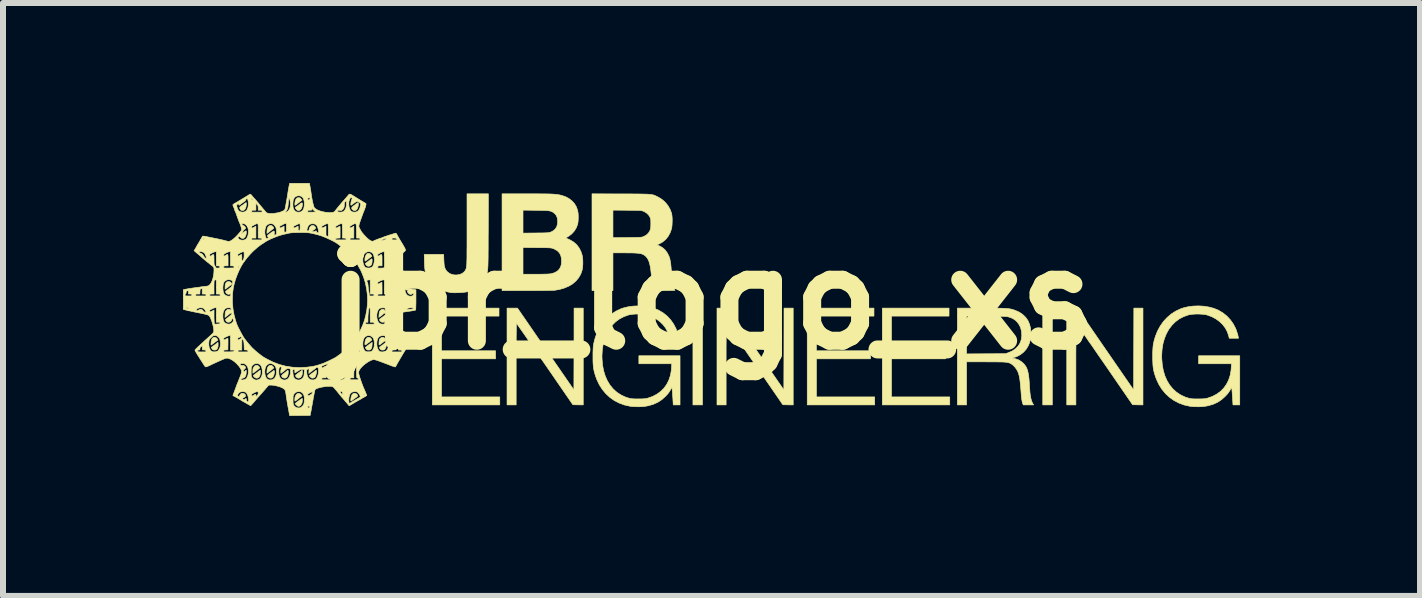
<source format=kicad_pcb>
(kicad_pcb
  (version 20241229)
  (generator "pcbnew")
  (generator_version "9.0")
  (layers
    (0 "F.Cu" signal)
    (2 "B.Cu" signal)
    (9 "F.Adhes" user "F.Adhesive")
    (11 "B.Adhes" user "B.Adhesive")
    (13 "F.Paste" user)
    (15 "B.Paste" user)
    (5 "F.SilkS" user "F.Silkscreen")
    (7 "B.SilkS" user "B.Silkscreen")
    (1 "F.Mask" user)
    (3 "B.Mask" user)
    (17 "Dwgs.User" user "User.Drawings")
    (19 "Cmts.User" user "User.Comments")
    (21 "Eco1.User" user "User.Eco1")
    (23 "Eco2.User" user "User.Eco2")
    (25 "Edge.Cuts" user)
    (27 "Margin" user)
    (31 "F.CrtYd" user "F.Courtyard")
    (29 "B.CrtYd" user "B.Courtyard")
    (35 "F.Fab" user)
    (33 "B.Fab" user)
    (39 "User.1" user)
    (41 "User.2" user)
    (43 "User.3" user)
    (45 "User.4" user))
  (footprint "jbr_logo_xs"
    (layer "F.Cu")
    (at 8.816 1.939)
    (property "Reference" "jbr_logo_xs" (at 0 0 0) (layer "F.SilkS") (effects (font (size 1.524 1.524) (thickness 0.3))))
    (attr through_hole)
    (fp_poly (pts (xy -0.159 1.759) (xy -0.318 1.759) (xy -0.318 0.146) (xy -0.159 0.146) (xy -0.159 1.759)) (stroke (width 0.01) (type solid)) (fill yes) (layer "F.SilkS"))
    (fp_poly (pts (xy 5.671 1.759) (xy 5.512 1.759) (xy 5.512 0.146) (xy 5.671 0.146) (xy 5.671 1.759)) (stroke (width 0.01) (type solid)) (fill yes) (layer "F.SilkS"))
    (fp_poly (pts (xy -3.55 0.279) (xy -4.508 0.279) (xy -4.508 0.857) (xy -3.607 0.857) (xy -3.607 0.991) (xy -4.508 0.991) (xy -4.508 1.626) (xy -3.537 1.626) (xy -3.537 1.759) (xy -4.661 1.759) (xy -4.661 0.146) (xy -3.55 0.146) (xy -3.55 0.279)) (stroke (width 0.01) (type solid)) (fill yes) (layer "F.SilkS"))
    (fp_poly (pts (xy 2.699 0.279) (xy 1.74 0.279) (xy 1.74 0.857) (xy 2.642 0.857) (xy 2.642 0.991) (xy 1.74 0.991) (xy 1.74 1.626) (xy 2.711 1.626) (xy 2.711 1.759) (xy 1.587 1.759) (xy 1.587 0.146) (xy 2.699 0.146) (xy 2.699 0.279)) (stroke (width 0.01) (type solid)) (fill yes) (layer "F.SilkS"))
    (fp_poly (pts (xy 3.95 0.279) (xy 2.991 0.279) (xy 2.991 0.857) (xy 3.893 0.857) (xy 3.893 0.991) (xy 2.991 0.991) (xy 2.991 1.626) (xy 3.962 1.626) (xy 3.962 1.759) (xy 2.838 1.759) (xy 2.838 0.146) (xy 3.95 0.146) (xy 3.95 0.279)) (stroke (width 0.01) (type solid)) (fill yes) (layer "F.SilkS"))
    (fp_poly (pts (xy -8.042 -0.296) (xy -8.023 -0.287) (xy -8.011 -0.273) (xy -8.002 -0.253) (xy -8.04 -0.224) (xy -8.062 -0.207) (xy -8.082 -0.192) (xy -8.096 -0.182) (xy -8.097 -0.182) (xy -8.115 -0.17) (xy -8.115 -0.211) (xy -8.112 -0.248) (xy -8.101 -0.275) (xy -8.084 -0.291) (xy -8.06 -0.297) (xy -8.042 -0.296)) (stroke (width 0.01) (type solid)) (fill yes) (layer "F.SilkS"))
    (fp_poly (pts (xy -7.337 1.102) (xy -7.321 1.116) (xy -7.319 1.118) (xy -7.309 1.131) (xy -7.303 1.141) (xy -7.303 1.142) (xy -7.308 1.147) (xy -7.321 1.158) (xy -7.34 1.174) (xy -7.36 1.189) (xy -7.417 1.232) (xy -7.417 1.202) (xy -7.413 1.163) (xy -7.404 1.132) (xy -7.388 1.111) (xy -7.367 1.1) (xy -7.356 1.099) (xy -7.337 1.102)) (stroke (width 0.01) (type solid)) (fill yes) (layer "F.SilkS"))
    (fp_poly (pts (xy -7.334 -1.227) (xy -7.317 -1.212) (xy -7.308 -1.198) (xy -7.304 -1.187) (xy -7.31 -1.178) (xy -7.314 -1.175) (xy -7.326 -1.167) (xy -7.344 -1.153) (xy -7.365 -1.137) (xy -7.372 -1.131) (xy -7.417 -1.098) (xy -7.417 -1.128) (xy -7.413 -1.167) (xy -7.404 -1.198) (xy -7.388 -1.219) (xy -7.367 -1.231) (xy -7.356 -1.232) (xy -7.334 -1.227)) (stroke (width 0.01) (type solid)) (fill yes) (layer "F.SilkS"))
    (fp_poly (pts (xy -6.129 1.211) (xy -6.13 1.245) (xy -6.138 1.274) (xy -6.152 1.296) (xy -6.17 1.31) (xy -6.19 1.315) (xy -6.211 1.309) (xy -6.225 1.299) (xy -6.235 1.289) (xy -6.24 1.28) (xy -6.24 1.271) (xy -6.234 1.261) (xy -6.22 1.247) (xy -6.198 1.23) (xy -6.167 1.207) (xy -6.153 1.197) (xy -6.131 1.18) (xy -6.129 1.211)) (stroke (width 0.01) (type solid)) (fill yes) (layer "F.SilkS"))
    (fp_poly (pts (xy -7.564 1.107) (xy -7.554 1.116) (xy -7.543 1.129) (xy -7.538 1.138) (xy -7.537 1.139) (xy -7.54 1.144) (xy -7.548 1.153) (xy -7.563 1.165) (xy -7.586 1.183) (xy -7.609 1.2) (xy -7.652 1.232) (xy -7.652 1.193) (xy -7.651 1.17) (xy -7.648 1.15) (xy -7.645 1.141) (xy -7.627 1.116) (xy -7.607 1.101) (xy -7.585 1.098) (xy -7.564 1.107)) (stroke (width 0.01) (type solid)) (fill yes) (layer "F.SilkS"))
    (fp_poly (pts (xy -5.667 -0.674) (xy -5.664 -0.662) (xy -5.664 -0.645) (xy -5.665 -0.624) (xy -5.668 -0.603) (xy -5.673 -0.585) (xy -5.679 -0.573) (xy -5.679 -0.572) (xy -5.7 -0.557) (xy -5.724 -0.551) (xy -5.741 -0.554) (xy -5.755 -0.563) (xy -5.768 -0.577) (xy -5.779 -0.596) (xy -5.748 -0.62) (xy -5.716 -0.645) (xy -5.686 -0.666) (xy -5.671 -0.676) (xy -5.667 -0.674)) (stroke (width 0.01) (type solid)) (fill yes) (layer "F.SilkS"))
    (fp_poly (pts (xy -5.665 0.763) (xy -5.669 0.798) (xy -5.678 0.822) (xy -5.691 0.837) (xy -5.712 0.844) (xy -5.725 0.845) (xy -5.744 0.843) (xy -5.755 0.837) (xy -5.765 0.824) (xy -5.779 0.803) (xy -5.758 0.785) (xy -5.738 0.769) (xy -5.717 0.754) (xy -5.715 0.752) (xy -5.697 0.739) (xy -5.68 0.728) (xy -5.678 0.726) (xy -5.663 0.715) (xy -5.665 0.763)) (stroke (width 0.01) (type solid)) (fill yes) (layer "F.SilkS"))
    (fp_poly (pts (xy -6.866 1.573) (xy -6.85 1.587) (xy -6.832 1.607) (xy -6.872 1.638) (xy -6.894 1.655) (xy -6.913 1.671) (xy -6.928 1.682) (xy -6.929 1.682) (xy -6.941 1.691) (xy -6.949 1.695) (xy -6.949 1.695) (xy -6.952 1.69) (xy -6.953 1.676) (xy -6.953 1.668) (xy -6.95 1.633) (xy -6.94 1.604) (xy -6.925 1.582) (xy -6.907 1.569) (xy -6.887 1.566) (xy -6.866 1.573)) (stroke (width 0.01) (type solid)) (fill yes) (layer "F.SilkS"))
    (fp_poly (pts (xy -8.231 0.744) (xy -8.232 0.783) (xy -8.241 0.814) (xy -8.249 0.828) (xy -8.261 0.839) (xy -8.276 0.844) (xy -8.29 0.845) (xy -8.309 0.843) (xy -8.322 0.837) (xy -8.331 0.826) (xy -8.339 0.812) (xy -8.344 0.803) (xy -8.344 0.802) (xy -8.339 0.796) (xy -8.326 0.785) (xy -8.311 0.775) (xy -8.289 0.759) (xy -8.267 0.743) (xy -8.256 0.734) (xy -8.233 0.716) (xy -8.231 0.744)) (stroke (width 0.01) (type solid)) (fill yes) (layer "F.SilkS"))
    (fp_poly (pts (xy -6.871 -1.693) (xy -6.858 -1.685) (xy -6.849 -1.675) (xy -6.832 -1.654) (xy -6.849 -1.641) (xy -6.863 -1.631) (xy -6.882 -1.616) (xy -6.903 -1.6) (xy -6.904 -1.599) (xy -6.923 -1.584) (xy -6.939 -1.573) (xy -6.948 -1.569) (xy -6.949 -1.568) (xy -6.952 -1.574) (xy -6.952 -1.592) (xy -6.951 -1.61) (xy -6.944 -1.648) (xy -6.931 -1.675) (xy -6.912 -1.691) (xy -6.89 -1.695) (xy -6.871 -1.693)) (stroke (width 0.01) (type solid)) (fill yes) (layer "F.SilkS"))
    (fp_poly (pts (xy -5.894 -1.607) (xy -5.893 -1.593) (xy -5.894 -1.572) (xy -5.898 -1.549) (xy -5.903 -1.532) (xy -5.915 -1.504) (xy -5.932 -1.486) (xy -5.952 -1.479) (xy -5.974 -1.483) (xy -5.992 -1.495) (xy -6.004 -1.512) (xy -6.005 -1.527) (xy -5.994 -1.542) (xy -5.981 -1.553) (xy -5.96 -1.569) (xy -5.937 -1.586) (xy -5.929 -1.592) (xy -5.913 -1.604) (xy -5.901 -1.611) (xy -5.898 -1.613) (xy -5.894 -1.607)) (stroke (width 0.01) (type solid)) (fill yes) (layer "F.SilkS"))
    (fp_poly (pts (xy -6.829 -1.606) (xy -6.826 -1.593) (xy -6.826 -1.586) (xy -6.831 -1.544) (xy -6.844 -1.511) (xy -6.855 -1.497) (xy -6.874 -1.483) (xy -6.895 -1.48) (xy -6.914 -1.486) (xy -6.918 -1.49) (xy -6.93 -1.503) (xy -6.939 -1.516) (xy -6.945 -1.528) (xy -6.944 -1.534) (xy -6.94 -1.537) (xy -6.922 -1.548) (xy -6.9 -1.564) (xy -6.877 -1.581) (xy -6.869 -1.588) (xy -6.849 -1.603) (xy -6.836 -1.609) (xy -6.829 -1.606)) (stroke (width 0.01) (type solid)) (fill yes) (layer "F.SilkS"))
    (fp_poly (pts (xy -6.827 1.657) (xy -6.826 1.671) (xy -6.827 1.691) (xy -6.83 1.712) (xy -6.832 1.724) (xy -6.841 1.746) (xy -6.856 1.765) (xy -6.874 1.779) (xy -6.89 1.784) (xy -6.903 1.78) (xy -6.918 1.769) (xy -6.926 1.762) (xy -6.949 1.739) (xy -6.93 1.722) (xy -6.917 1.711) (xy -6.898 1.697) (xy -6.878 1.682) (xy -6.858 1.668) (xy -6.842 1.657) (xy -6.831 1.651) (xy -6.83 1.651) (xy -6.827 1.657)) (stroke (width 0.01) (type solid)) (fill yes) (layer "F.SilkS"))
    (fp_poly (pts (xy -6.162 1.107) (xy -6.146 1.123) (xy -6.139 1.137) (xy -6.142 1.147) (xy -6.155 1.16) (xy -6.157 1.162) (xy -6.177 1.177) (xy -6.198 1.193) (xy -6.203 1.196) (xy -6.224 1.212) (xy -6.238 1.22) (xy -6.245 1.22) (xy -6.248 1.212) (xy -6.248 1.194) (xy -6.248 1.191) (xy -6.247 1.16) (xy -6.24 1.137) (xy -6.227 1.117) (xy -6.223 1.113) (xy -6.204 1.101) (xy -6.183 1.099) (xy -6.162 1.107)) (stroke (width 0.01) (type solid)) (fill yes) (layer "F.SilkS"))
    (fp_poly (pts (xy -8.271 0.636) (xy -8.268 0.637) (xy -8.256 0.646) (xy -8.245 0.659) (xy -8.238 0.672) (xy -8.237 0.681) (xy -8.24 0.684) (xy -8.247 0.688) (xy -8.263 0.699) (xy -8.283 0.714) (xy -8.296 0.724) (xy -8.317 0.74) (xy -8.335 0.753) (xy -8.346 0.761) (xy -8.349 0.762) (xy -8.35 0.756) (xy -8.35 0.741) (xy -8.349 0.72) (xy -8.349 0.719) (xy -8.344 0.683) (xy -8.332 0.656) (xy -8.316 0.639) (xy -8.295 0.631) (xy -8.271 0.636)) (stroke (width 0.01) (type solid)) (fill yes) (layer "F.SilkS"))
    (fp_poly (pts (xy -7.065 1.185) (xy -7.062 1.198) (xy -7.061 1.208) (xy -7.065 1.249) (xy -7.075 1.28) (xy -7.091 1.3) (xy -7.112 1.312) (xy -7.132 1.312) (xy -7.152 1.304) (xy -7.164 1.296) (xy -7.169 1.289) (xy -7.169 1.289) (xy -7.171 1.279) (xy -7.173 1.274) (xy -7.17 1.266) (xy -7.158 1.253) (xy -7.135 1.234) (xy -7.127 1.228) (xy -7.105 1.211) (xy -7.088 1.198) (xy -7.077 1.188) (xy -7.075 1.186) (xy -7.07 1.18) (xy -7.065 1.185)) (stroke (width 0.01) (type solid)) (fill yes) (layer "F.SilkS"))
    (fp_poly (pts (xy -5.473 0.167) (xy -5.461 0.173) (xy -5.449 0.188) (xy -5.446 0.193) (xy -5.439 0.205) (xy -5.439 0.214) (xy -5.446 0.223) (xy -5.457 0.232) (xy -5.464 0.235) (xy -5.474 0.239) (xy -5.482 0.247) (xy -5.493 0.257) (xy -5.51 0.271) (xy -5.522 0.279) (xy -5.552 0.301) (xy -5.549 0.252) (xy -5.546 0.225) (xy -5.543 0.208) (xy -5.537 0.196) (xy -5.528 0.184) (xy -5.527 0.184) (xy -5.507 0.169) (xy -5.49 0.165) (xy -5.473 0.167)) (stroke (width 0.01) (type solid)) (fill yes) (layer "F.SilkS"))
    (fp_poly (pts (xy -7.295 1.189) (xy -7.292 1.204) (xy -7.294 1.229) (xy -7.302 1.264) (xy -7.315 1.29) (xy -7.333 1.307) (xy -7.353 1.314) (xy -7.376 1.309) (xy -7.385 1.304) (xy -7.397 1.296) (xy -7.402 1.293) (xy -7.404 1.287) (xy -7.407 1.279) (xy -7.407 1.27) (xy -7.402 1.261) (xy -7.39 1.249) (xy -7.373 1.236) (xy -7.354 1.222) (xy -7.339 1.211) (xy -7.331 1.207) (xy -7.331 1.206) (xy -7.325 1.202) (xy -7.314 1.193) (xy -7.303 1.185) (xy -7.295 1.189)) (stroke (width 0.01) (type solid)) (fill yes) (layer "F.SilkS"))
    (fp_poly (pts (xy -5.429 0.721) (xy -5.424 0.731) (xy -5.423 0.749) (xy -5.427 0.772) (xy -5.434 0.796) (xy -5.444 0.818) (xy -5.449 0.827) (xy -5.46 0.839) (xy -5.474 0.844) (xy -5.49 0.845) (xy -5.51 0.843) (xy -5.523 0.836) (xy -5.53 0.828) (xy -5.541 0.81) (xy -5.542 0.798) (xy -5.531 0.788) (xy -5.529 0.787) (xy -5.518 0.779) (xy -5.499 0.766) (xy -5.479 0.751) (xy -5.475 0.748) (xy -5.456 0.734) (xy -5.44 0.724) (xy -5.43 0.721) (xy -5.429 0.721)) (stroke (width 0.01) (type solid)) (fill yes) (layer "F.SilkS"))
    (fp_poly (pts (xy -6.827 1.187) (xy -6.826 1.202) (xy -6.827 1.222) (xy -6.829 1.244) (xy -6.83 1.253) (xy -6.839 1.279) (xy -6.855 1.298) (xy -6.874 1.31) (xy -6.896 1.313) (xy -6.916 1.305) (xy -6.919 1.303) (xy -6.932 1.29) (xy -6.939 1.28) (xy -6.941 1.274) (xy -6.941 1.268) (xy -6.935 1.26) (xy -6.923 1.25) (xy -6.903 1.234) (xy -6.887 1.222) (xy -6.873 1.212) (xy -6.856 1.199) (xy -6.854 1.197) (xy -6.84 1.187) (xy -6.831 1.181) (xy -6.83 1.181) (xy -6.827 1.187)) (stroke (width 0.01) (type solid)) (fill yes) (layer "F.SilkS"))
    (fp_poly (pts (xy -5.698 0.639) (xy -5.685 0.65) (xy -5.673 0.665) (xy -5.672 0.678) (xy -5.68 0.688) (xy -5.683 0.689) (xy -5.694 0.695) (xy -5.696 0.699) (xy -5.701 0.705) (xy -5.713 0.714) (xy -5.713 0.714) (xy -5.731 0.725) (xy -5.744 0.735) (xy -5.759 0.748) (xy -5.771 0.755) (xy -5.779 0.759) (xy -5.783 0.757) (xy -5.785 0.747) (xy -5.785 0.728) (xy -5.781 0.697) (xy -5.772 0.669) (xy -5.758 0.648) (xy -5.741 0.635) (xy -5.738 0.634) (xy -5.717 0.632) (xy -5.698 0.639)) (stroke (width 0.01) (type solid)) (fill yes) (layer "F.SilkS"))
    (fp_poly (pts (xy -5.465 0.638) (xy -5.448 0.655) (xy -5.445 0.661) (xy -5.439 0.674) (xy -5.437 0.682) (xy -5.437 0.682) (xy -5.448 0.689) (xy -5.465 0.702) (xy -5.484 0.716) (xy -5.5 0.728) (xy -5.511 0.737) (xy -5.512 0.738) (xy -5.527 0.75) (xy -5.538 0.756) (xy -5.545 0.759) (xy -5.549 0.758) (xy -5.55 0.751) (xy -5.55 0.735) (xy -5.549 0.715) (xy -5.546 0.687) (xy -5.542 0.669) (xy -5.536 0.657) (xy -5.531 0.651) (xy -5.51 0.636) (xy -5.487 0.632) (xy -5.465 0.638)) (stroke (width 0.01) (type solid)) (fill yes) (layer "F.SilkS"))
    (fp_poly (pts (xy -7.761 -1.607) (xy -7.76 -1.593) (xy -7.761 -1.572) (xy -7.765 -1.549) (xy -7.769 -1.532) (xy -7.782 -1.504) (xy -7.8 -1.486) (xy -7.821 -1.479) (xy -7.843 -1.483) (xy -7.849 -1.486) (xy -7.859 -1.496) (xy -7.868 -1.511) (xy -7.868 -1.512) (xy -7.872 -1.524) (xy -7.871 -1.533) (xy -7.861 -1.543) (xy -7.854 -1.55) (xy -7.84 -1.561) (xy -7.831 -1.567) (xy -7.829 -1.568) (xy -7.822 -1.572) (xy -7.809 -1.581) (xy -7.797 -1.591) (xy -7.781 -1.603) (xy -7.769 -1.611) (xy -7.764 -1.613) (xy -7.761 -1.607)) (stroke (width 0.01) (type solid)) (fill yes) (layer "F.SilkS"))
    (fp_poly (pts (xy -7.525 1.187) (xy -7.525 1.201) (xy -7.527 1.221) (xy -7.529 1.243) (xy -7.533 1.262) (xy -7.537 1.276) (xy -7.538 1.278) (xy -7.555 1.3) (xy -7.576 1.312) (xy -7.599 1.312) (xy -7.621 1.301) (xy -7.627 1.296) (xy -7.638 1.283) (xy -7.645 1.274) (xy -7.645 1.272) (xy -7.641 1.266) (xy -7.628 1.255) (xy -7.61 1.241) (xy -7.607 1.238) (xy -7.585 1.222) (xy -7.565 1.207) (xy -7.55 1.196) (xy -7.55 1.195) (xy -7.537 1.186) (xy -7.528 1.181) (xy -7.528 1.181) (xy -7.525 1.187)) (stroke (width 0.01) (type solid)) (fill yes) (layer "F.SilkS"))
    (fp_poly (pts (xy -6.592 1.187) (xy -6.591 1.201) (xy -6.593 1.221) (xy -6.597 1.244) (xy -6.602 1.263) (xy -6.612 1.288) (xy -6.625 1.302) (xy -6.63 1.305) (xy -6.652 1.313) (xy -6.671 1.311) (xy -6.69 1.298) (xy -6.692 1.296) (xy -6.704 1.283) (xy -6.711 1.273) (xy -6.712 1.271) (xy -6.707 1.265) (xy -6.694 1.254) (xy -6.676 1.24) (xy -6.673 1.237) (xy -6.651 1.222) (xy -6.631 1.206) (xy -6.617 1.195) (xy -6.617 1.195) (xy -6.604 1.186) (xy -6.596 1.181) (xy -6.595 1.181) (xy -6.592 1.187)) (stroke (width 0.01) (type solid)) (fill yes) (layer "F.SilkS"))
    (fp_poly (pts (xy -5.936 1.57) (xy -5.934 1.57) (xy -5.917 1.582) (xy -5.908 1.597) (xy -5.906 1.611) (xy -5.915 1.622) (xy -5.925 1.629) (xy -5.942 1.641) (xy -5.962 1.657) (xy -5.97 1.662) (xy -5.99 1.677) (xy -6.006 1.689) (xy -6.015 1.695) (xy -6.017 1.695) (xy -6.019 1.69) (xy -6.02 1.676) (xy -6.02 1.671) (xy -6.018 1.651) (xy -6.013 1.626) (xy -6.01 1.614) (xy -6.002 1.593) (xy -5.993 1.58) (xy -5.979 1.571) (xy -5.978 1.57) (xy -5.963 1.564) (xy -5.951 1.564) (xy -5.936 1.57)) (stroke (width 0.01) (type solid)) (fill yes) (layer "F.SilkS"))
    (fp_poly (pts (xy -5.699 -0.759) (xy -5.691 -0.752) (xy -5.679 -0.739) (xy -5.672 -0.726) (xy -5.67 -0.715) (xy -5.676 -0.711) (xy -5.676 -0.711) (xy -5.684 -0.707) (xy -5.696 -0.698) (xy -5.698 -0.697) (xy -5.713 -0.685) (xy -5.733 -0.67) (xy -5.753 -0.655) (xy -5.77 -0.643) (xy -5.777 -0.639) (xy -5.782 -0.639) (xy -5.784 -0.649) (xy -5.785 -0.67) (xy -5.785 -0.672) (xy -5.78 -0.709) (xy -5.764 -0.742) (xy -5.75 -0.76) (xy -5.744 -0.763) (xy -5.73 -0.766) (xy -5.73 -0.766) (xy -5.714 -0.766) (xy -5.699 -0.759)) (stroke (width 0.01) (type solid)) (fill yes) (layer "F.SilkS"))
    (fp_poly (pts (xy -2.772 0.828) (xy -2.302 1.509) (xy -2.3 0.828) (xy -2.299 0.146) (xy -2.146 0.146) (xy -2.146 1.759) (xy -2.233 1.758) (xy -2.319 1.756) (xy -2.785 1.079) (xy -2.843 0.996) (xy -2.898 0.916) (xy -2.951 0.839) (xy -3.002 0.766) (xy -3.049 0.699) (xy -3.092 0.636) (xy -3.131 0.58) (xy -3.166 0.53) (xy -3.196 0.487) (xy -3.221 0.452) (xy -3.239 0.426) (xy -3.252 0.409) (xy -3.257 0.401) (xy -3.258 0.401) (xy -3.259 0.407) (xy -3.26 0.426) (xy -3.261 0.456) (xy -3.261 0.5) (xy -3.262 0.555) (xy -3.263 0.622) (xy -3.263 0.701) (xy -3.264 0.791) (xy -3.264 0.893) (xy -3.264 1.007) (xy -3.264 1.079) (xy -3.264 1.759) (xy -3.416 1.759) (xy -3.416 0.146) (xy -3.242 0.146) (xy -2.772 0.828)) (stroke (width 0.01) (type solid)) (fill yes) (layer "F.SilkS"))
    (fp_poly (pts (xy 0.727 0.828) (xy 1.197 1.509) (xy 1.199 0.828) (xy 1.2 0.146) (xy 1.353 0.146) (xy 1.353 1.759) (xy 1.266 1.758) (xy 1.18 1.756) (xy 0.714 1.079) (xy 0.656 0.996) (xy 0.601 0.916) (xy 0.548 0.839) (xy 0.497 0.766) (xy 0.45 0.699) (xy 0.407 0.636) (xy 0.367 0.58) (xy 0.333 0.53) (xy 0.303 0.487) (xy 0.278 0.452) (xy 0.26 0.426) (xy 0.247 0.409) (xy 0.242 0.401) (xy 0.241 0.401) (xy 0.24 0.407) (xy 0.239 0.426) (xy 0.238 0.456) (xy 0.237 0.5) (xy 0.237 0.555) (xy 0.236 0.622) (xy 0.236 0.701) (xy 0.235 0.791) (xy 0.235 0.893) (xy 0.235 1.007) (xy 0.235 1.079) (xy 0.235 1.759) (xy 0.083 1.759) (xy 0.083 0.146) (xy 0.257 0.146) (xy 0.727 0.828)) (stroke (width 0.01) (type solid)) (fill yes) (layer "F.SilkS"))
    (fp_poly (pts (xy 6.556 0.828) (xy 7.026 1.509) (xy 7.028 0.828) (xy 7.03 0.146) (xy 7.182 0.146) (xy 7.182 1.759) (xy 7.095 1.758) (xy 7.009 1.756) (xy 6.543 1.079) (xy 6.485 0.996) (xy 6.43 0.916) (xy 6.377 0.839) (xy 6.327 0.766) (xy 6.279 0.699) (xy 6.236 0.636) (xy 6.197 0.58) (xy 6.162 0.53) (xy 6.132 0.487) (xy 6.108 0.452) (xy 6.089 0.426) (xy 6.077 0.409) (xy 6.071 0.401) (xy 6.071 0.401) (xy 6.069 0.407) (xy 6.068 0.426) (xy 6.067 0.456) (xy 6.067 0.5) (xy 6.066 0.555) (xy 6.065 0.622) (xy 6.065 0.701) (xy 6.065 0.791) (xy 6.064 0.893) (xy 6.064 1.007) (xy 6.064 1.079) (xy 6.064 1.759) (xy 5.912 1.759) (xy 5.912 0.146) (xy 6.087 0.146) (xy 6.556 0.828)) (stroke (width 0.01) (type solid)) (fill yes) (layer "F.SilkS"))
    (fp_poly (pts (xy -3.729 -1.135) (xy -3.73 -1.028) (xy -3.73 -0.933) (xy -3.73 -0.849) (xy -3.731 -0.776) (xy -3.731 -0.711) (xy -3.732 -0.656) (xy -3.733 -0.608) (xy -3.734 -0.567) (xy -3.736 -0.533) (xy -3.738 -0.504) (xy -3.741 -0.479) (xy -3.744 -0.459) (xy -3.747 -0.441) (xy -3.752 -0.425) (xy -3.757 -0.411) (xy -3.762 -0.398) (xy -3.769 -0.384) (xy -3.776 -0.369) (xy -3.782 -0.357) (xy -3.819 -0.294) (xy -3.866 -0.24) (xy -3.921 -0.195) (xy -3.985 -0.159) (xy -4.058 -0.132) (xy -4.08 -0.126) (xy -4.11 -0.121) (xy -4.15 -0.116) (xy -4.196 -0.113) (xy -4.243 -0.111) (xy -4.289 -0.11) (xy -4.33 -0.111) (xy -4.362 -0.114) (xy -4.365 -0.115) (xy -4.449 -0.133) (xy -4.525 -0.161) (xy -4.592 -0.198) (xy -4.65 -0.243) (xy -4.699 -0.298) (xy -4.739 -0.361) (xy -4.747 -0.378) (xy -4.761 -0.408) (xy -4.771 -0.435) (xy -4.779 -0.462) (xy -4.784 -0.492) (xy -4.788 -0.526) (xy -4.791 -0.568) (xy -4.793 -0.621) (xy -4.793 -0.624) (xy -4.796 -0.749) (xy -4.472 -0.749) (xy -4.469 -0.656) (xy -4.466 -0.604) (xy -4.462 -0.563) (xy -4.454 -0.53) (xy -4.443 -0.503) (xy -4.428 -0.479) (xy -4.408 -0.457) (xy -4.407 -0.457) (xy -4.374 -0.432) (xy -4.336 -0.416) (xy -4.294 -0.407) (xy -4.251 -0.407) (xy -4.209 -0.414) (xy -4.171 -0.428) (xy -4.139 -0.45) (xy -4.114 -0.478) (xy -4.11 -0.485) (xy -4.106 -0.494) (xy -4.102 -0.503) (xy -4.098 -0.512) (xy -4.095 -0.522) (xy -4.093 -0.535) (xy -4.091 -0.551) (xy -4.089 -0.571) (xy -4.087 -0.595) (xy -4.086 -0.625) (xy -4.085 -0.661) (xy -4.084 -0.704) (xy -4.084 -0.755) (xy -4.084 -0.814) (xy -4.083 -0.883) (xy -4.083 -0.962) (xy -4.083 -1.052) (xy -4.083 -1.154) (xy -4.083 -1.164) (xy -4.083 -1.759) (xy -3.727 -1.759) (xy -3.729 -1.135)) (stroke (width 0.01) (type solid)) (fill yes) (layer "F.SilkS"))
    (fp_poly (pts (xy 4.488 0.146) (xy 4.576 0.146) (xy 4.653 0.146) (xy 4.72 0.147) (xy 4.777 0.147) (xy 4.825 0.148) (xy 4.866 0.15) (xy 4.901 0.152) (xy 4.931 0.154) (xy 4.956 0.157) (xy 4.978 0.161) (xy 4.999 0.166) (xy 5.018 0.171) (xy 5.037 0.178) (xy 5.055 0.184) (xy 5.122 0.214) (xy 5.179 0.253) (xy 5.227 0.299) (xy 5.265 0.353) (xy 5.292 0.415) (xy 5.309 0.483) (xy 5.315 0.558) (xy 5.315 0.565) (xy 5.312 0.627) (xy 5.304 0.681) (xy 5.288 0.732) (xy 5.27 0.774) (xy 5.236 0.831) (xy 5.192 0.88) (xy 5.14 0.921) (xy 5.082 0.952) (xy 5.035 0.968) (xy 5.016 0.973) (xy 5.008 0.976) (xy 5.01 0.978) (xy 5.02 0.981) (xy 5.039 0.986) (xy 5.061 0.991) (xy 5.064 0.992) (xy 5.112 1.01) (xy 5.158 1.039) (xy 5.198 1.075) (xy 5.23 1.118) (xy 5.238 1.132) (xy 5.252 1.165) (xy 5.264 1.205) (xy 5.273 1.253) (xy 5.281 1.31) (xy 5.287 1.377) (xy 5.289 1.419) (xy 5.294 1.492) (xy 5.299 1.555) (xy 5.306 1.607) (xy 5.314 1.65) (xy 5.324 1.686) (xy 5.336 1.717) (xy 5.344 1.732) (xy 5.359 1.759) (xy 5.187 1.759) (xy 5.179 1.738) (xy 5.173 1.722) (xy 5.168 1.7) (xy 5.163 1.673) (xy 5.158 1.639) (xy 5.154 1.595) (xy 5.15 1.542) (xy 5.147 1.505) (xy 5.141 1.438) (xy 5.136 1.382) (xy 5.13 1.335) (xy 5.124 1.296) (xy 5.116 1.263) (xy 5.108 1.234) (xy 5.098 1.209) (xy 5.075 1.165) (xy 5.044 1.124) (xy 5.009 1.091) (xy 4.986 1.075) (xy 4.974 1.068) (xy 4.961 1.062) (xy 4.948 1.057) (xy 4.932 1.053) (xy 4.914 1.049) (xy 4.891 1.047) (xy 4.863 1.045) (xy 4.828 1.043) (xy 4.785 1.043) (xy 4.733 1.042) (xy 4.672 1.042) (xy 4.599 1.042) (xy 4.564 1.041) (xy 4.242 1.041) (xy 4.242 1.759) (xy 4.089 1.759) (xy 4.089 0.909) (xy 4.242 0.909) (xy 4.567 0.907) (xy 4.893 0.905) (xy 4.942 0.887) (xy 5.004 0.86) (xy 5.057 0.824) (xy 5.099 0.782) (xy 5.131 0.733) (xy 5.152 0.678) (xy 5.162 0.617) (xy 5.162 0.594) (xy 5.157 0.527) (xy 5.141 0.467) (xy 5.113 0.414) (xy 5.085 0.377) (xy 5.056 0.349) (xy 5.026 0.328) (xy 4.991 0.31) (xy 4.956 0.298) (xy 4.946 0.294) (xy 4.936 0.292) (xy 4.926 0.289) (xy 4.913 0.288) (xy 4.898 0.286) (xy 4.878 0.285) (xy 4.853 0.284) (xy 4.821 0.283) (xy 4.782 0.282) (xy 4.734 0.282) (xy 4.675 0.281) (xy 4.606 0.281) (xy 4.577 0.281) (xy 4.242 0.279) (xy 4.242 0.909) (xy 4.089 0.909) (xy 4.089 0.146) (xy 4.488 0.146)) (stroke (width 0.01) (type solid)) (fill yes) (layer "F.SilkS"))
    (fp_poly (pts (xy -1.131 0.114) (xy -1.046 0.128) (xy -0.966 0.149) (xy -0.893 0.179) (xy -0.887 0.182) (xy -0.813 0.226) (xy -0.746 0.28) (xy -0.688 0.343) (xy -0.639 0.413) (xy -0.599 0.49) (xy -0.571 0.573) (xy -0.562 0.608) (xy -0.554 0.648) (xy -0.708 0.648) (xy -0.719 0.603) (xy -0.741 0.539) (xy -0.774 0.477) (xy -0.817 0.421) (xy -0.87 0.37) (xy -0.93 0.326) (xy -0.998 0.29) (xy -1.07 0.263) (xy -1.083 0.259) (xy -1.122 0.251) (xy -1.171 0.247) (xy -1.224 0.244) (xy -1.277 0.245) (xy -1.328 0.249) (xy -1.372 0.256) (xy -1.387 0.259) (xy -1.467 0.287) (xy -1.54 0.325) (xy -1.606 0.373) (xy -1.664 0.431) (xy -1.714 0.496) (xy -1.755 0.571) (xy -1.789 0.652) (xy -1.813 0.741) (xy -1.828 0.837) (xy -1.834 0.939) (xy -1.833 0.987) (xy -1.825 1.091) (xy -1.807 1.187) (xy -1.78 1.276) (xy -1.744 1.357) (xy -1.7 1.429) (xy -1.647 1.493) (xy -1.587 1.547) (xy -1.519 1.592) (xy -1.443 1.628) (xy -1.387 1.646) (xy -1.366 1.651) (xy -1.345 1.655) (xy -1.321 1.657) (xy -1.292 1.659) (xy -1.256 1.659) (xy -1.229 1.659) (xy -1.186 1.659) (xy -1.153 1.658) (xy -1.126 1.656) (xy -1.104 1.653) (xy -1.083 1.649) (xy -1.07 1.646) (xy -0.99 1.618) (xy -0.918 1.58) (xy -0.855 1.534) (xy -0.8 1.479) (xy -0.754 1.415) (xy -0.719 1.345) (xy -0.693 1.267) (xy -0.678 1.183) (xy -0.675 1.141) (xy -0.671 1.073) (xy -1.219 1.073) (xy -1.219 0.94) (xy -0.533 0.94) (xy -0.533 1.759) (xy -0.646 1.759) (xy -0.653 1.643) (xy -0.656 1.604) (xy -0.659 1.566) (xy -0.661 1.534) (xy -0.663 1.509) (xy -0.664 1.496) (xy -0.668 1.465) (xy -0.686 1.497) (xy -0.703 1.527) (xy -0.72 1.553) (xy -0.74 1.578) (xy -0.766 1.606) (xy -0.774 1.615) (xy -0.835 1.67) (xy -0.903 1.715) (xy -0.979 1.749) (xy -1.061 1.773) (xy -1.125 1.784) (xy -1.172 1.788) (xy -1.226 1.79) (xy -1.282 1.788) (xy -1.335 1.785) (xy -1.367 1.781) (xy -1.46 1.76) (xy -1.547 1.728) (xy -1.629 1.686) (xy -1.703 1.633) (xy -1.77 1.571) (xy -1.829 1.5) (xy -1.88 1.42) (xy -1.921 1.333) (xy -1.937 1.289) (xy -1.951 1.246) (xy -1.962 1.207) (xy -1.97 1.171) (xy -1.976 1.134) (xy -1.98 1.094) (xy -1.983 1.049) (xy -1.984 0.995) (xy -1.984 0.953) (xy -1.984 0.891) (xy -1.982 0.84) (xy -1.98 0.797) (xy -1.975 0.758) (xy -1.968 0.721) (xy -1.959 0.684) (xy -1.948 0.644) (xy -1.94 0.619) (xy -1.904 0.529) (xy -1.859 0.446) (xy -1.806 0.37) (xy -1.744 0.303) (xy -1.675 0.244) (xy -1.6 0.196) (xy -1.52 0.158) (xy -1.476 0.143) (xy -1.394 0.123) (xy -1.308 0.112) (xy -1.219 0.109) (xy -1.131 0.114)) (stroke (width 0.01) (type solid)) (fill yes) (layer "F.SilkS"))
    (fp_poly (pts (xy 8.197 0.114) (xy 8.282 0.128) (xy 8.362 0.149) (xy 8.435 0.179) (xy 8.441 0.182) (xy 8.515 0.226) (xy 8.582 0.28) (xy 8.64 0.343) (xy 8.689 0.413) (xy 8.729 0.49) (xy 8.757 0.573) (xy 8.766 0.608) (xy 8.774 0.648) (xy 8.62 0.648) (xy 8.609 0.603) (xy 8.587 0.539) (xy 8.554 0.477) (xy 8.511 0.421) (xy 8.458 0.37) (xy 8.398 0.326) (xy 8.331 0.29) (xy 8.258 0.263) (xy 8.245 0.259) (xy 8.206 0.251) (xy 8.158 0.247) (xy 8.105 0.244) (xy 8.051 0.245) (xy 8 0.249) (xy 7.956 0.256) (xy 7.941 0.259) (xy 7.861 0.287) (xy 7.788 0.325) (xy 7.723 0.373) (xy 7.665 0.431) (xy 7.615 0.496) (xy 7.573 0.571) (xy 7.54 0.652) (xy 7.515 0.741) (xy 7.5 0.837) (xy 7.494 0.939) (xy 7.495 0.987) (xy 7.504 1.091) (xy 7.521 1.187) (xy 7.548 1.276) (xy 7.584 1.357) (xy 7.628 1.429) (xy 7.681 1.493) (xy 7.741 1.547) (xy 7.809 1.592) (xy 7.885 1.628) (xy 7.941 1.646) (xy 7.962 1.651) (xy 7.984 1.655) (xy 8.007 1.657) (xy 8.036 1.659) (xy 8.072 1.659) (xy 8.099 1.659) (xy 8.142 1.659) (xy 8.176 1.658) (xy 8.202 1.656) (xy 8.224 1.653) (xy 8.245 1.649) (xy 8.258 1.646) (xy 8.338 1.618) (xy 8.41 1.58) (xy 8.474 1.534) (xy 8.528 1.479) (xy 8.574 1.415) (xy 8.609 1.345) (xy 8.635 1.267) (xy 8.65 1.183) (xy 8.653 1.141) (xy 8.657 1.073) (xy 8.109 1.073) (xy 8.109 0.94) (xy 8.795 0.94) (xy 8.795 1.759) (xy 8.682 1.759) (xy 8.675 1.643) (xy 8.672 1.604) (xy 8.67 1.566) (xy 8.667 1.534) (xy 8.665 1.509) (xy 8.664 1.496) (xy 8.66 1.465) (xy 8.643 1.497) (xy 8.625 1.527) (xy 8.608 1.553) (xy 8.588 1.578) (xy 8.562 1.606) (xy 8.554 1.615) (xy 8.493 1.67) (xy 8.425 1.715) (xy 8.35 1.749) (xy 8.267 1.773) (xy 8.204 1.784) (xy 8.157 1.788) (xy 8.102 1.79) (xy 8.046 1.788) (xy 7.993 1.785) (xy 7.961 1.781) (xy 7.868 1.76) (xy 7.781 1.728) (xy 7.7 1.686) (xy 7.625 1.633) (xy 7.558 1.571) (xy 7.499 1.5) (xy 7.448 1.42) (xy 7.407 1.333) (xy 7.391 1.289) (xy 7.377 1.246) (xy 7.366 1.207) (xy 7.358 1.171) (xy 7.352 1.134) (xy 7.348 1.094) (xy 7.346 1.049) (xy 7.344 0.995) (xy 7.344 0.953) (xy 7.344 0.891) (xy 7.346 0.84) (xy 7.349 0.797) (xy 7.353 0.758) (xy 7.36 0.721) (xy 7.369 0.684) (xy 7.381 0.644) (xy 7.388 0.619) (xy 7.424 0.529) (xy 7.469 0.446) (xy 7.522 0.37) (xy 7.584 0.303) (xy 7.653 0.244) (xy 7.728 0.196) (xy 7.809 0.158) (xy 7.852 0.143) (xy 7.934 0.123) (xy 8.02 0.112) (xy 8.109 0.109) (xy 8.197 0.114)) (stroke (width 0.01) (type solid)) (fill yes) (layer "F.SilkS"))
    (fp_poly (pts (xy -1.516 -1.757) (xy -1.423 -1.757) (xy -1.342 -1.757) (xy -1.272 -1.756) (xy -1.212 -1.756) (xy -1.16 -1.755) (xy -1.117 -1.754) (xy -1.08 -1.753) (xy -1.05 -1.751) (xy -1.024 -1.748) (xy -1.003 -1.745) (xy -0.985 -1.742) (xy -0.968 -1.737) (xy -0.953 -1.732) (xy -0.939 -1.725) (xy -0.924 -1.718) (xy -0.907 -1.709) (xy -0.896 -1.704) (xy -0.834 -1.666) (xy -0.78 -1.618) (xy -0.734 -1.562) (xy -0.698 -1.498) (xy -0.675 -1.438) (xy -0.669 -1.409) (xy -0.665 -1.371) (xy -0.663 -1.328) (xy -0.664 -1.283) (xy -0.666 -1.239) (xy -0.67 -1.201) (xy -0.675 -1.175) (xy -0.7 -1.106) (xy -0.733 -1.047) (xy -0.774 -0.997) (xy -0.825 -0.955) (xy -0.881 -0.924) (xy -0.916 -0.907) (xy -0.881 -0.893) (xy -0.829 -0.865) (xy -0.785 -0.827) (xy -0.748 -0.779) (xy -0.719 -0.723) (xy -0.709 -0.695) (xy -0.702 -0.672) (xy -0.697 -0.646) (xy -0.692 -0.618) (xy -0.687 -0.584) (xy -0.683 -0.542) (xy -0.679 -0.492) (xy -0.676 -0.45) (xy -0.672 -0.387) (xy -0.667 -0.335) (xy -0.661 -0.291) (xy -0.655 -0.254) (xy -0.646 -0.222) (xy -0.636 -0.193) (xy -0.624 -0.164) (xy -0.617 -0.151) (xy -0.623 -0.15) (xy -0.639 -0.148) (xy -0.665 -0.148) (xy -0.699 -0.147) (xy -0.74 -0.146) (xy -0.785 -0.146) (xy -0.792 -0.146) (xy -0.97 -0.146) (xy -0.98 -0.183) (xy -0.985 -0.203) (xy -0.99 -0.227) (xy -0.995 -0.255) (xy -0.999 -0.29) (xy -1.004 -0.333) (xy -1.01 -0.385) (xy -1.013 -0.425) (xy -1.021 -0.494) (xy -1.03 -0.552) (xy -1.041 -0.6) (xy -1.054 -0.64) (xy -1.07 -0.673) (xy -1.089 -0.7) (xy -1.102 -0.715) (xy -1.118 -0.729) (xy -1.135 -0.741) (xy -1.154 -0.751) (xy -1.177 -0.759) (xy -1.205 -0.765) (xy -1.239 -0.769) (xy -1.28 -0.772) (xy -1.33 -0.774) (xy -1.391 -0.774) (xy -1.452 -0.775) (xy -1.651 -0.775) (xy -1.651 -0.146) (xy -2 -0.146) (xy -2 -1.028) (xy -1.651 -1.028) (xy -1.414 -1.03) (xy -1.353 -1.031) (xy -1.303 -1.031) (xy -1.264 -1.032) (xy -1.232 -1.033) (xy -1.208 -1.034) (xy -1.189 -1.035) (xy -1.175 -1.037) (xy -1.163 -1.039) (xy -1.153 -1.042) (xy -1.144 -1.046) (xy -1.14 -1.047) (xy -1.097 -1.07) (xy -1.062 -1.102) (xy -1.038 -1.139) (xy -1.034 -1.148) (xy -1.028 -1.167) (xy -1.023 -1.185) (xy -1.021 -1.207) (xy -1.02 -1.236) (xy -1.02 -1.26) (xy -1.02 -1.295) (xy -1.021 -1.319) (xy -1.023 -1.338) (xy -1.028 -1.354) (xy -1.034 -1.37) (xy -1.058 -1.408) (xy -1.092 -1.44) (xy -1.133 -1.464) (xy -1.14 -1.467) (xy -1.15 -1.471) (xy -1.16 -1.474) (xy -1.171 -1.477) (xy -1.184 -1.479) (xy -1.201 -1.481) (xy -1.224 -1.482) (xy -1.253 -1.483) (xy -1.29 -1.483) (xy -1.336 -1.484) (xy -1.394 -1.484) (xy -1.414 -1.485) (xy -1.651 -1.487) (xy -1.651 -1.028) (xy -2 -1.028) (xy -2 -1.759) (xy -1.516 -1.757)) (stroke (width 0.01) (type solid)) (fill yes) (layer "F.SilkS"))
    (fp_poly (pts (xy -3.085 -1.759) (xy -2.994 -1.759) (xy -2.915 -1.759) (xy -2.846 -1.758) (xy -2.787 -1.758) (xy -2.737 -1.757) (xy -2.694 -1.756) (xy -2.657 -1.754) (xy -2.626 -1.752) (xy -2.599 -1.749) (xy -2.575 -1.746) (xy -2.553 -1.743) (xy -2.532 -1.739) (xy -2.512 -1.734) (xy -2.508 -1.733) (xy -2.442 -1.711) (xy -2.383 -1.679) (xy -2.333 -1.64) (xy -2.291 -1.594) (xy -2.26 -1.541) (xy -2.24 -1.483) (xy -2.236 -1.464) (xy -2.231 -1.431) (xy -2.229 -1.391) (xy -2.229 -1.349) (xy -2.231 -1.308) (xy -2.235 -1.273) (xy -2.238 -1.255) (xy -2.261 -1.194) (xy -2.294 -1.14) (xy -2.337 -1.092) (xy -2.39 -1.052) (xy -2.4 -1.046) (xy -2.42 -1.034) (xy -2.431 -1.026) (xy -2.433 -1.021) (xy -2.428 -1.019) (xy -2.417 -1.014) (xy -2.398 -1.006) (xy -2.374 -0.995) (xy -2.363 -0.989) (xy -2.306 -0.955) (xy -2.257 -0.912) (xy -2.216 -0.859) (xy -2.185 -0.799) (xy -2.165 -0.739) (xy -2.157 -0.693) (xy -2.153 -0.64) (xy -2.153 -0.585) (xy -2.157 -0.532) (xy -2.165 -0.486) (xy -2.188 -0.42) (xy -2.223 -0.36) (xy -2.267 -0.307) (xy -2.321 -0.26) (xy -2.385 -0.221) (xy -2.458 -0.19) (xy -2.539 -0.166) (xy -2.612 -0.153) (xy -2.629 -0.151) (xy -2.659 -0.15) (xy -2.7 -0.149) (xy -2.752 -0.148) (xy -2.813 -0.147) (xy -2.885 -0.147) (xy -2.965 -0.146) (xy -3.053 -0.146) (xy -3.08 -0.146) (xy -3.499 -0.146) (xy -3.499 -0.419) (xy -3.15 -0.419) (xy -2.935 -0.419) (xy -2.87 -0.419) (xy -2.815 -0.42) (xy -2.772 -0.421) (xy -2.737 -0.422) (xy -2.71 -0.424) (xy -2.689 -0.426) (xy -2.679 -0.428) (xy -2.625 -0.444) (xy -2.581 -0.468) (xy -2.548 -0.499) (xy -2.524 -0.538) (xy -2.511 -0.585) (xy -2.507 -0.635) (xy -2.511 -0.691) (xy -2.523 -0.738) (xy -2.545 -0.777) (xy -2.576 -0.809) (xy -2.618 -0.834) (xy -2.645 -0.846) (xy -2.656 -0.85) (xy -2.666 -0.853) (xy -2.678 -0.855) (xy -2.692 -0.857) (xy -2.711 -0.859) (xy -2.735 -0.86) (xy -2.767 -0.861) (xy -2.807 -0.861) (xy -2.857 -0.862) (xy -2.916 -0.862) (xy -3.15 -0.864) (xy -3.15 -0.419) (xy -3.499 -0.419) (xy -3.499 -1.104) (xy -3.15 -1.104) (xy -2.935 -1.106) (xy -2.877 -1.107) (xy -2.831 -1.107) (xy -2.793 -1.108) (xy -2.765 -1.109) (xy -2.742 -1.11) (xy -2.726 -1.112) (xy -2.712 -1.114) (xy -2.702 -1.117) (xy -2.691 -1.12) (xy -2.683 -1.123) (xy -2.641 -1.146) (xy -2.609 -1.176) (xy -2.587 -1.213) (xy -2.575 -1.258) (xy -2.573 -1.311) (xy -2.573 -1.315) (xy -2.58 -1.361) (xy -2.596 -1.399) (xy -2.622 -1.43) (xy -2.637 -1.442) (xy -2.651 -1.452) (xy -2.665 -1.46) (xy -2.681 -1.467) (xy -2.698 -1.472) (xy -2.72 -1.476) (xy -2.746 -1.479) (xy -2.78 -1.481) (xy -2.822 -1.482) (xy -2.874 -1.483) (xy -2.936 -1.484) (xy -2.938 -1.484) (xy -3.15 -1.487) (xy -3.15 -1.104) (xy -3.499 -1.104) (xy -3.499 -1.759) (xy -3.085 -1.759)) (stroke (width 0.01) (type solid)) (fill yes) (layer "F.SilkS"))
    (fp_poly (pts (xy -6.698 -1.876) (xy -6.692 -1.842) (xy -6.686 -1.804) (xy -6.681 -1.769) (xy -6.68 -1.765) (xy -6.675 -1.726) (xy -6.668 -1.684) (xy -6.66 -1.643) (xy -6.652 -1.605) (xy -6.643 -1.572) (xy -6.636 -1.547) (xy -6.63 -1.531) (xy -6.629 -1.529) (xy -6.608 -1.51) (xy -6.578 -1.491) (xy -6.539 -1.475) (xy -6.494 -1.462) (xy -6.445 -1.452) (xy -6.415 -1.449) (xy -6.367 -1.446) (xy -6.33 -1.448) (xy -6.304 -1.454) (xy -6.288 -1.466) (xy -6.287 -1.467) (xy -6.287 -1.467) (xy -6.242 -1.467) (xy -6.236 -1.46) (xy -6.221 -1.456) (xy -6.199 -1.454) (xy -6.175 -1.455) (xy -6.154 -1.459) (xy -6.142 -1.464) (xy -6.121 -1.486) (xy -6.104 -1.517) (xy -6.094 -1.554) (xy -6.091 -1.593) (xy -6.054 -1.593) (xy -6.051 -1.554) (xy -6.043 -1.518) (xy -6.029 -1.487) (xy -6.014 -1.469) (xy -5.994 -1.458) (xy -5.967 -1.454) (xy -5.94 -1.455) (xy -5.915 -1.462) (xy -5.905 -1.469) (xy -5.886 -1.489) (xy -5.872 -1.514) (xy -5.862 -1.547) (xy -5.861 -1.555) (xy -5.816 -1.555) (xy -5.816 -1.542) (xy -5.814 -1.539) (xy -5.809 -1.547) (xy -5.809 -1.548) (xy -5.805 -1.562) (xy -5.809 -1.57) (xy -5.814 -1.572) (xy -5.816 -1.564) (xy -5.816 -1.555) (xy -5.861 -1.555) (xy -5.861 -1.556) (xy -5.857 -1.577) (xy -5.856 -1.59) (xy -5.858 -1.599) (xy -5.865 -1.605) (xy -5.868 -1.608) (xy -5.889 -1.624) (xy -5.905 -1.631) (xy -5.919 -1.631) (xy -5.936 -1.623) (xy -5.954 -1.612) (xy -5.974 -1.598) (xy -5.991 -1.585) (xy -6.001 -1.577) (xy -6.001 -1.577) (xy -6.011 -1.57) (xy -6.016 -1.568) (xy -6.019 -1.574) (xy -6.02 -1.588) (xy -6.018 -1.608) (xy -6.014 -1.631) (xy -6.007 -1.652) (xy -6.007 -1.653) (xy -6 -1.672) (xy -5.998 -1.683) (xy -6 -1.69) (xy -6.005 -1.694) (xy -6.015 -1.698) (xy -6.023 -1.695) (xy -6.032 -1.683) (xy -6.041 -1.664) (xy -6.051 -1.631) (xy -6.054 -1.593) (xy -6.091 -1.593) (xy -6.091 -1.593) (xy -6.093 -1.617) (xy -6.097 -1.645) (xy -6.113 -1.629) (xy -6.122 -1.615) (xy -6.127 -1.598) (xy -6.128 -1.578) (xy -6.129 -1.548) (xy -6.136 -1.525) (xy -6.148 -1.505) (xy -6.156 -1.496) (xy -6.172 -1.484) (xy -6.191 -1.48) (xy -6.216 -1.485) (xy -6.222 -1.486) (xy -6.232 -1.484) (xy -6.238 -1.478) (xy -6.242 -1.467) (xy -6.287 -1.467) (xy -6.278 -1.479) (xy -6.263 -1.498) (xy -6.244 -1.522) (xy -6.223 -1.548) (xy -6.2 -1.575) (xy -6.18 -1.6) (xy -6.163 -1.619) (xy -6.16 -1.623) (xy -6.142 -1.643) (xy -6.121 -1.667) (xy -6.099 -1.692) (xy -6.079 -1.715) (xy -6.064 -1.733) (xy -6.06 -1.738) (xy -6.052 -1.747) (xy -6.045 -1.752) (xy -6.036 -1.754) (xy -6.024 -1.751) (xy -6.008 -1.743) (xy -5.986 -1.73) (xy -5.955 -1.711) (xy -5.929 -1.695) (xy -5.902 -1.678) (xy -5.87 -1.658) (xy -5.838 -1.639) (xy -5.826 -1.632) (xy -5.802 -1.618) (xy -5.783 -1.606) (xy -5.771 -1.599) (xy -5.767 -1.597) (xy -5.766 -1.589) (xy -5.768 -1.571) (xy -5.774 -1.547) (xy -5.783 -1.519) (xy -5.794 -1.49) (xy -5.805 -1.461) (xy -5.81 -1.451) (xy -5.815 -1.437) (xy -5.822 -1.418) (xy -5.825 -1.41) (xy -5.832 -1.39) (xy -5.841 -1.364) (xy -5.852 -1.335) (xy -5.855 -1.327) (xy -5.865 -1.299) (xy -5.874 -1.271) (xy -5.881 -1.248) (xy -5.882 -1.243) (xy -5.885 -1.227) (xy -5.885 -1.214) (xy -5.881 -1.2) (xy -5.871 -1.18) (xy -5.868 -1.174) (xy -5.855 -1.149) (xy -5.842 -1.129) (xy -5.829 -1.11) (xy -5.812 -1.09) (xy -5.79 -1.065) (xy -5.772 -1.046) (xy -5.746 -1.02) (xy -5.72 -0.998) (xy -5.698 -0.982) (xy -5.693 -0.98) (xy -5.674 -0.971) (xy -5.662 -0.967) (xy -5.652 -0.969) (xy -5.642 -0.973) (xy -5.623 -0.982) (xy -5.616 -0.985) (xy -5.515 -0.985) (xy -5.493 -0.985) (xy -5.472 -0.987) (xy -5.45 -0.995) (xy -5.449 -0.995) (xy -5.434 -1.004) (xy -5.432 -1.006) (xy -5.334 -1.006) (xy -5.333 -0.998) (xy -5.33 -0.993) (xy -5.32 -0.991) (xy -5.301 -0.991) (xy -5.289 -0.991) (xy -5.245 -0.991) (xy -5.255 -1.006) (xy -5.263 -1.016) (xy -5.274 -1.021) (xy -5.292 -1.022) (xy -5.3 -1.022) (xy -5.32 -1.022) (xy -5.33 -1.02) (xy -5.333 -1.014) (xy -5.334 -1.006) (xy -5.432 -1.006) (xy -5.425 -1.013) (xy -5.424 -1.014) (xy -5.428 -1.017) (xy -5.44 -1.016) (xy -5.458 -1.011) (xy -5.478 -1.004) (xy -5.496 -0.995) (xy -5.515 -0.985) (xy -5.616 -0.985) (xy -5.598 -0.992) (xy -5.57 -1.003) (xy -5.545 -1.013) (xy -5.527 -1.019) (xy -5.524 -1.019) (xy -5.507 -1.025) (xy -5.49 -1.032) (xy -5.472 -1.039) (xy -5.448 -1.048) (xy -5.418 -1.058) (xy -5.386 -1.069) (xy -5.353 -1.079) (xy -5.323 -1.088) (xy -5.297 -1.096) (xy -5.278 -1.101) (xy -5.268 -1.103) (xy -5.267 -1.103) (xy -5.26 -1.095) (xy -5.251 -1.081) (xy -5.249 -1.077) (xy -5.241 -1.062) (xy -5.229 -1.04) (xy -5.214 -1.014) (xy -5.198 -0.987) (xy -5.182 -0.961) (xy -5.17 -0.941) (xy -5.169 -0.94) (xy -5.162 -0.928) (xy -5.15 -0.909) (xy -5.137 -0.885) (xy -5.124 -0.862) (xy -5.117 -0.848) (xy -5.11 -0.832) (xy -5.108 -0.818) (xy -5.108 -0.817) (xy -5.113 -0.809) (xy -5.127 -0.795) (xy -5.146 -0.777) (xy -5.17 -0.757) (xy -5.172 -0.755) (xy -5.197 -0.735) (xy -5.219 -0.716) (xy -5.236 -0.701) (xy -5.246 -0.693) (xy -5.246 -0.692) (xy -5.255 -0.684) (xy -5.272 -0.669) (xy -5.294 -0.651) (xy -5.319 -0.63) (xy -5.32 -0.63) (xy -5.346 -0.608) (xy -5.371 -0.587) (xy -5.392 -0.569) (xy -5.405 -0.557) (xy -5.429 -0.535) (xy -5.429 -0.482) (xy -5.427 -0.432) (xy -5.42 -0.382) (xy -5.41 -0.336) (xy -5.397 -0.296) (xy -5.382 -0.264) (xy -5.374 -0.252) (xy -5.365 -0.243) (xy -5.354 -0.236) (xy -5.338 -0.232) (xy -5.313 -0.227) (xy -5.304 -0.226) (xy -5.275 -0.221) (xy -5.246 -0.216) (xy -5.224 -0.211) (xy -5.22 -0.21) (xy -5.198 -0.206) (xy -5.17 -0.201) (xy -5.147 -0.197) (xy -5.113 -0.192) (xy -5.069 -0.184) (xy -5.012 -0.173) (xy -4.948 -0.161) (xy -4.934 -0.159) (xy -4.934 0.005) (xy -4.934 0.049) (xy -4.935 0.09) (xy -4.936 0.125) (xy -4.937 0.152) (xy -4.938 0.17) (xy -4.939 0.176) (xy -4.941 0.178) (xy -4.946 0.181) (xy -4.955 0.183) (xy -4.968 0.186) (xy -4.986 0.189) (xy -5.011 0.193) (xy -5.044 0.198) (xy -5.086 0.204) (xy -5.138 0.212) (xy -5.2 0.22) (xy -5.242 0.226) (xy -5.273 0.231) (xy -5.301 0.235) (xy -5.324 0.239) (xy -5.334 0.242) (xy -5.358 0.255) (xy -5.379 0.28) (xy -5.397 0.314) (xy -5.41 0.358) (xy -5.419 0.409) (xy -5.421 0.439) (xy -5.423 0.483) (xy -5.422 0.518) (xy -5.418 0.543) (xy -5.411 0.563) (xy -5.401 0.578) (xy -5.398 0.581) (xy -5.36 0.617) (xy -5.325 0.644) (xy -5.309 0.656) (xy -5.296 0.666) (xy -5.285 0.676) (xy -5.269 0.69) (xy -5.255 0.702) (xy -5.236 0.718) (xy -5.219 0.732) (xy -5.21 0.74) (xy -5.197 0.751) (xy -5.179 0.766) (xy -5.168 0.776) (xy -5.149 0.792) (xy -5.13 0.808) (xy -5.122 0.814) (xy -5.103 0.83) (xy -5.133 0.88) (xy -5.148 0.904) (xy -5.16 0.925) (xy -5.169 0.939) (xy -5.171 0.943) (xy -5.178 0.955) (xy -5.189 0.973) (xy -5.201 0.994) (xy -5.216 1.02) (xy -5.234 1.05) (xy -5.248 1.076) (xy -5.26 1.098) (xy -5.27 1.115) (xy -5.275 1.124) (xy -5.276 1.125) (xy -5.281 1.126) (xy -5.293 1.123) (xy -5.313 1.117) (xy -5.342 1.107) (xy -5.381 1.092) (xy -5.385 1.09) (xy -5.448 1.066) (xy -5.501 1.046) (xy -5.543 1.031) (xy -5.576 1.019) (xy -5.602 1.011) (xy -5.62 1.006) (xy -5.632 1.003) (xy -5.634 1.003) (xy -5.662 1.008) (xy -5.694 1.021) (xy -5.73 1.041) (xy -5.767 1.066) (xy -5.803 1.094) (xy -5.835 1.124) (xy -5.861 1.154) (xy -5.879 1.183) (xy -5.88 1.184) (xy -5.888 1.203) (xy -5.89 1.219) (xy -5.887 1.239) (xy -5.886 1.242) (xy -5.879 1.272) (xy -5.867 1.31) (xy -5.852 1.353) (xy -5.836 1.399) (xy -5.819 1.444) (xy -5.804 1.48) (xy -5.795 1.5) (xy -5.784 1.526) (xy -5.773 1.553) (xy -5.772 1.555) (xy -5.763 1.577) (xy -5.757 1.593) (xy -5.754 1.602) (xy -5.754 1.603) (xy -5.761 1.607) (xy -5.776 1.616) (xy -5.797 1.629) (xy -5.823 1.643) (xy -5.849 1.659) (xy -5.875 1.674) (xy -5.897 1.686) (xy -5.907 1.691) (xy -5.921 1.7) (xy -5.943 1.712) (xy -5.969 1.728) (xy -5.987 1.739) (xy -6.047 1.774) (xy -6.063 1.755) (xy -6.076 1.739) (xy -6.093 1.72) (xy -6.101 1.709) (xy -6.118 1.69) (xy -6.132 1.674) (xy -6.053 1.674) (xy -6.053 1.697) (xy -6.051 1.716) (xy -6.049 1.726) (xy -6.049 1.726) (xy -6.04 1.73) (xy -6.026 1.726) (xy -6.013 1.717) (xy -6.002 1.71) (xy -5.985 1.699) (xy -5.979 1.696) (xy -5.956 1.683) (xy -5.932 1.669) (xy -5.928 1.667) (xy -5.907 1.654) (xy -5.886 1.643) (xy -5.881 1.64) (xy -5.868 1.631) (xy -5.863 1.622) (xy -5.864 1.613) (xy -5.873 1.591) (xy -5.874 1.59) (xy -5.806 1.59) (xy -5.806 1.597) (xy -5.8 1.596) (xy -5.792 1.59) (xy -5.791 1.587) (xy -5.795 1.581) (xy -5.802 1.584) (xy -5.806 1.59) (xy -5.874 1.59) (xy -5.887 1.569) (xy -5.903 1.551) (xy -5.917 1.542) (xy -5.94 1.538) (xy -5.968 1.539) (xy -5.994 1.545) (xy -6.012 1.554) (xy -6.03 1.574) (xy -6.043 1.604) (xy -6.051 1.64) (xy -6.053 1.674) (xy -6.132 1.674) (xy -6.134 1.671) (xy -6.14 1.664) (xy -6.154 1.648) (xy -6.171 1.629) (xy -6.179 1.619) (xy -6.193 1.602) (xy -6.205 1.587) (xy -6.21 1.581) (xy -6.22 1.569) (xy -6.233 1.553) (xy -6.235 1.55) (xy -6.242 1.541) (xy -6.198 1.541) (xy -6.194 1.548) (xy -6.186 1.56) (xy -6.176 1.574) (xy -6.167 1.584) (xy -6.162 1.587) (xy -6.161 1.582) (xy -6.16 1.568) (xy -6.16 1.562) (xy -6.16 1.546) (xy -6.164 1.539) (xy -6.174 1.537) (xy -6.179 1.537) (xy -6.192 1.538) (xy -6.198 1.541) (xy -6.198 1.541) (xy -6.242 1.541) (xy -6.249 1.532) (xy -6.263 1.516) (xy -6.264 1.515) (xy -6.276 1.501) (xy -6.292 1.483) (xy -6.297 1.476) (xy -6.311 1.463) (xy -6.324 1.455) (xy -6.341 1.451) (xy -6.354 1.45) (xy -6.387 1.449) (xy -6.425 1.451) (xy -6.464 1.456) (xy -6.503 1.463) (xy -6.54 1.471) (xy -6.572 1.481) (xy -6.597 1.491) (xy -6.612 1.502) (xy -6.616 1.507) (xy -6.619 1.517) (xy -6.623 1.533) (xy -6.628 1.558) (xy -6.634 1.592) (xy -6.643 1.636) (xy -6.652 1.69) (xy -6.664 1.756) (xy -6.671 1.793) (xy -6.677 1.83) (xy -6.683 1.862) (xy -6.688 1.887) (xy -6.689 1.892) (xy -6.697 1.934) (xy -7.04 1.937) (xy -7.053 1.862) (xy -7.066 1.794) (xy -7.077 1.729) (xy -7.086 1.676) (xy -6.982 1.676) (xy -6.982 1.709) (xy -6.98 1.732) (xy -6.978 1.748) (xy -6.974 1.76) (xy -6.969 1.768) (xy -6.945 1.792) (xy -6.915 1.807) (xy -6.889 1.81) (xy -6.869 1.808) (xy -6.853 1.802) (xy -6.837 1.79) (xy -6.737 1.79) (xy -6.734 1.804) (xy -6.722 1.81) (xy -6.717 1.81) (xy -6.708 1.805) (xy -6.706 1.794) (xy -6.708 1.782) (xy -6.719 1.778) (xy -6.721 1.778) (xy -6.734 1.781) (xy -6.737 1.79) (xy -6.837 1.79) (xy -6.835 1.788) (xy -6.834 1.787) (xy -6.816 1.769) (xy -6.804 1.748) (xy -6.797 1.722) (xy -6.795 1.688) (xy -6.795 1.672) (xy -6.795 1.637) (xy -6.798 1.611) (xy -6.804 1.592) (xy -6.806 1.59) (xy -6.739 1.59) (xy -6.739 1.594) (xy -6.734 1.604) (xy -6.724 1.605) (xy -6.708 1.6) (xy -6.691 1.589) (xy -6.67 1.575) (xy -6.661 1.56) (xy -6.66 1.555) (xy -6.659 1.544) (xy -6.662 1.541) (xy -6.674 1.545) (xy -6.677 1.547) (xy -6.711 1.563) (xy -6.731 1.577) (xy -6.739 1.59) (xy -6.806 1.59) (xy -6.814 1.575) (xy -6.822 1.565) (xy -6.839 1.549) (xy -6.856 1.541) (xy -6.872 1.539) (xy -6.907 1.539) (xy -6.936 1.549) (xy -6.959 1.57) (xy -6.964 1.576) (xy -6.971 1.588) (xy -6.977 1.599) (xy -6.98 1.612) (xy -6.981 1.63) (xy -6.982 1.655) (xy -6.982 1.676) (xy -7.086 1.676) (xy -7.087 1.669) (xy -7.095 1.618) (xy -7.1 1.576) (xy -7.101 1.575) (xy -7.106 1.54) (xy -7.115 1.515) (xy -7.129 1.496) (xy -7.151 1.481) (xy -7.163 1.474) (xy -7.191 1.462) (xy -7.227 1.45) (xy -7.267 1.44) (xy -7.306 1.433) (xy -7.339 1.429) (xy -7.347 1.429) (xy -7.388 1.429) (xy -7.433 1.481) (xy -7.454 1.506) (xy -7.475 1.53) (xy -7.492 1.55) (xy -7.5 1.559) (xy -7.537 1.6) (xy -7.568 1.634) (xy -7.595 1.666) (xy -7.621 1.696) (xy -7.638 1.716) (xy -7.657 1.738) (xy -7.673 1.756) (xy -7.683 1.768) (xy -7.688 1.772) (xy -7.695 1.769) (xy -7.711 1.76) (xy -7.735 1.747) (xy -7.763 1.731) (xy -7.766 1.729) (xy -7.787 1.717) (xy -7.807 1.706) (xy -7.814 1.702) (xy -7.834 1.691) (xy -7.852 1.679) (xy -7.875 1.665) (xy -7.901 1.649) (xy -7.927 1.634) (xy -7.951 1.621) (xy -7.969 1.611) (xy -7.981 1.607) (xy -7.982 1.607) (xy -7.983 1.605) (xy -7.912 1.605) (xy -7.897 1.615) (xy -7.887 1.621) (xy -7.881 1.619) (xy -7.875 1.609) (xy -7.872 1.601) (xy -7.857 1.578) (xy -7.838 1.566) (xy -7.814 1.565) (xy -7.804 1.569) (xy -7.788 1.578) (xy -7.778 1.589) (xy -7.775 1.602) (xy -7.776 1.615) (xy -7.781 1.624) (xy -7.784 1.626) (xy -7.792 1.629) (xy -7.805 1.638) (xy -7.81 1.641) (xy -7.831 1.657) (xy -7.815 1.664) (xy -7.8 1.668) (xy -7.787 1.664) (xy -7.782 1.661) (xy -7.768 1.653) (xy -7.762 1.653) (xy -7.76 1.664) (xy -7.76 1.672) (xy -7.756 1.692) (xy -7.745 1.703) (xy -7.735 1.709) (xy -7.73 1.706) (xy -7.726 1.696) (xy -7.724 1.68) (xy -7.725 1.658) (xy -7.726 1.648) (xy -7.733 1.613) (xy -7.741 1.591) (xy -7.675 1.591) (xy -7.671 1.599) (xy -7.664 1.613) (xy -7.639 1.597) (xy -7.619 1.586) (xy -7.608 1.582) (xy -7.602 1.587) (xy -7.601 1.601) (xy -7.601 1.601) (xy -7.601 1.622) (xy -7.582 1.603) (xy -7.568 1.586) (xy -7.563 1.568) (xy -7.563 1.561) (xy -7.565 1.546) (xy -7.571 1.538) (xy -7.583 1.538) (xy -7.604 1.544) (xy -7.629 1.556) (xy -7.653 1.569) (xy -7.668 1.578) (xy -7.674 1.585) (xy -7.675 1.591) (xy -7.741 1.591) (xy -7.745 1.582) (xy -7.76 1.559) (xy -7.765 1.553) (xy -7.784 1.543) (xy -7.81 1.538) (xy -7.838 1.539) (xy -7.863 1.545) (xy -7.886 1.561) (xy -7.899 1.58) (xy -7.912 1.605) (xy -7.983 1.605) (xy -7.984 1.601) (xy -7.981 1.589) (xy -7.978 1.583) (xy -7.97 1.562) (xy -7.96 1.537) (xy -7.957 1.527) (xy -7.94 1.483) (xy -7.928 1.449) (xy -7.919 1.424) (xy -7.912 1.407) (xy -7.908 1.396) (xy -7.907 1.394) (xy -7.902 1.383) (xy -7.894 1.364) (xy -7.884 1.337) (xy -7.872 1.307) (xy -7.868 1.297) (xy -7.854 1.261) (xy -7.845 1.233) (xy -7.841 1.213) (xy -7.841 1.196) (xy -7.844 1.18) (xy -7.852 1.163) (xy -7.857 1.153) (xy -7.882 1.116) (xy -7.909 1.085) (xy -7.864 1.085) (xy -7.86 1.091) (xy -7.852 1.1) (xy -7.837 1.101) (xy -7.83 1.1) (xy -7.808 1.101) (xy -7.79 1.111) (xy -7.776 1.127) (xy -7.774 1.142) (xy -7.785 1.157) (xy -7.791 1.162) (xy -7.806 1.175) (xy -7.81 1.187) (xy -7.804 1.2) (xy -7.799 1.205) (xy -7.791 1.202) (xy -7.783 1.195) (xy -7.772 1.185) (xy -7.763 1.181) (xy -7.763 1.181) (xy -7.761 1.187) (xy -7.76 1.201) (xy -7.762 1.221) (xy -7.764 1.243) (xy -7.768 1.262) (xy -7.772 1.276) (xy -7.773 1.278) (xy -7.788 1.298) (xy -7.808 1.311) (xy -7.823 1.314) (xy -7.836 1.318) (xy -7.846 1.326) (xy -7.851 1.335) (xy -7.848 1.342) (xy -7.847 1.342) (xy -7.832 1.344) (xy -7.811 1.342) (xy -7.789 1.336) (xy -7.773 1.328) (xy -7.772 1.328) (xy -7.752 1.307) (xy -7.738 1.276) (xy -7.728 1.24) (xy -7.726 1.213) (xy -7.68 1.213) (xy -7.68 1.244) (xy -7.679 1.266) (xy -7.677 1.282) (xy -7.674 1.292) (xy -7.668 1.302) (xy -7.663 1.308) (xy -7.642 1.328) (xy -7.616 1.341) (xy -7.595 1.346) (xy -7.584 1.344) (xy -7.567 1.34) (xy -7.561 1.339) (xy -7.535 1.325) (xy -7.515 1.3) (xy -7.501 1.268) (xy -7.494 1.229) (xy -7.494 1.218) (xy -7.453 1.218) (xy -7.449 1.253) (xy -7.44 1.285) (xy -7.428 1.31) (xy -7.425 1.315) (xy -7.4 1.335) (xy -7.371 1.344) (xy -7.338 1.341) (xy -7.318 1.334) (xy -7.292 1.315) (xy -7.273 1.287) (xy -7.262 1.249) (xy -7.258 1.207) (xy -7.22 1.207) (xy -7.217 1.254) (xy -7.207 1.291) (xy -7.19 1.317) (xy -7.166 1.334) (xy -7.139 1.344) (xy -7.116 1.345) (xy -7.092 1.338) (xy -7.091 1.338) (xy -7.063 1.319) (xy -7.043 1.291) (xy -7.03 1.252) (xy -7.03 1.252) (xy -7.026 1.229) (xy -7.025 1.204) (xy -7.025 1.182) (xy -7.027 1.168) (xy -6.987 1.168) (xy -6.984 1.225) (xy -6.979 1.266) (xy -6.97 1.297) (xy -6.955 1.319) (xy -6.933 1.334) (xy -6.928 1.336) (xy -6.902 1.344) (xy -6.879 1.344) (xy -6.857 1.337) (xy -6.839 1.326) (xy -6.821 1.31) (xy -6.817 1.305) (xy -6.808 1.291) (xy -6.802 1.278) (xy -6.799 1.26) (xy -6.797 1.235) (xy -6.796 1.225) (xy -6.795 1.216) (xy -6.755 1.216) (xy -6.75 1.253) (xy -6.739 1.289) (xy -6.737 1.293) (xy -6.72 1.318) (xy -6.695 1.335) (xy -6.667 1.343) (xy -6.636 1.342) (xy -6.607 1.329) (xy -6.604 1.327) (xy -6.586 1.307) (xy -6.572 1.278) (xy -6.562 1.243) (xy -6.558 1.204) (xy -6.56 1.165) (xy -6.563 1.15) (xy -6.567 1.136) (xy -6.574 1.132) (xy -6.584 1.133) (xy -6.598 1.139) (xy -6.605 1.146) (xy -6.613 1.154) (xy -6.627 1.165) (xy -6.637 1.172) (xy -6.659 1.187) (xy -6.683 1.205) (xy -6.692 1.213) (xy -6.72 1.235) (xy -6.715 1.158) (xy -6.732 1.161) (xy -6.745 1.165) (xy -6.752 1.176) (xy -6.754 1.185) (xy -6.755 1.216) (xy -6.795 1.216) (xy -6.793 1.168) (xy -6.828 1.168) (xy -6.847 1.169) (xy -6.863 1.173) (xy -6.88 1.181) (xy -6.901 1.195) (xy -6.905 1.197) (xy -6.925 1.21) (xy -6.94 1.22) (xy -6.949 1.225) (xy -6.95 1.226) (xy -6.952 1.22) (xy -6.953 1.205) (xy -6.953 1.197) (xy -6.954 1.179) (xy -6.957 1.171) (xy -6.965 1.169) (xy -6.97 1.168) (xy -6.987 1.168) (xy -7.027 1.168) (xy -7.028 1.165) (xy -7.031 1.159) (xy -7.038 1.157) (xy -7.052 1.154) (xy -7.055 1.153) (xy -7.075 1.153) (xy -7.092 1.161) (xy -7.093 1.162) (xy -7.106 1.172) (xy -7.125 1.187) (xy -7.146 1.204) (xy -7.147 1.204) (xy -7.185 1.233) (xy -7.187 1.208) (xy -7.186 1.185) (xy -7.181 1.161) (xy -7.18 1.157) (xy -7.175 1.14) (xy -7.175 1.132) (xy -7.179 1.128) (xy -7.18 1.127) (xy -7.196 1.125) (xy -7.207 1.131) (xy -7.215 1.148) (xy -7.219 1.175) (xy -7.22 1.207) (xy -7.258 1.207) (xy -7.258 1.205) (xy -7.262 1.16) (xy -7.272 1.125) (xy -7.29 1.099) (xy -7.317 1.081) (xy -7.319 1.08) (xy -7.344 1.07) (xy -7.364 1.068) (xy -7.382 1.073) (xy -7.401 1.082) (xy -7.423 1.1) (xy -7.438 1.124) (xy -7.448 1.156) (xy -7.453 1.184) (xy -7.453 1.218) (xy -7.494 1.218) (xy -7.495 1.185) (xy -7.498 1.165) (xy -7.505 1.131) (xy -7.516 1.107) (xy -7.532 1.089) (xy -7.546 1.079) (xy -7.574 1.069) (xy -7.604 1.069) (xy -7.633 1.08) (xy -7.657 1.099) (xy -7.668 1.115) (xy -7.673 1.128) (xy -7.677 1.143) (xy -7.679 1.162) (xy -7.68 1.19) (xy -7.68 1.213) (xy -7.726 1.213) (xy -7.726 1.201) (xy -7.73 1.161) (xy -7.737 1.132) (xy -7.754 1.102) (xy -7.777 1.081) (xy -7.804 1.069) (xy -7.834 1.068) (xy -7.85 1.072) (xy -7.862 1.078) (xy -7.864 1.085) (xy -7.909 1.085) (xy -7.914 1.079) (xy -7.952 1.044) (xy -7.991 1.015) (xy -8.03 0.994) (xy -8.056 0.984) (xy -8.071 0.98) (xy -8.086 0.98) (xy -8.102 0.982) (xy -8.122 0.988) (xy -8.148 0.999) (xy -8.176 1.011) (xy -8.203 1.023) (xy -8.231 1.036) (xy -8.252 1.045) (xy -8.271 1.054) (xy -8.297 1.066) (xy -8.328 1.08) (xy -8.35 1.091) (xy -8.384 1.107) (xy -8.409 1.118) (xy -8.426 1.124) (xy -8.437 1.125) (xy -8.445 1.122) (xy -8.452 1.115) (xy -8.46 1.103) (xy -8.462 1.1) (xy -8.472 1.084) (xy -8.488 1.06) (xy -8.506 1.031) (xy -8.527 0.999) (xy -8.547 0.967) (xy -8.566 0.937) (xy -8.582 0.912) (xy -8.584 0.908) (xy -8.598 0.885) (xy -8.609 0.865) (xy -8.616 0.85) (xy -8.616 0.849) (xy -8.578 0.849) (xy -8.575 0.859) (xy -8.572 0.864) (xy -8.568 0.87) (xy -8.561 0.873) (xy -8.548 0.875) (xy -8.527 0.876) (xy -8.499 0.876) (xy -8.47 0.876) (xy -8.45 0.876) (xy -8.439 0.874) (xy -8.434 0.871) (xy -8.433 0.865) (xy -8.433 0.861) (xy -8.434 0.851) (xy -8.44 0.846) (xy -8.455 0.844) (xy -8.463 0.843) (xy -8.493 0.841) (xy -8.497 0.774) (xy -8.516 0.788) (xy -8.53 0.801) (xy -8.534 0.818) (xy -8.534 0.823) (xy -8.535 0.837) (xy -8.541 0.843) (xy -8.555 0.845) (xy -8.557 0.845) (xy -8.573 0.845) (xy -8.578 0.849) (xy -8.616 0.849) (xy -8.617 0.845) (xy -8.614 0.839) (xy -8.603 0.828) (xy -8.585 0.81) (xy -8.559 0.785) (xy -8.541 0.769) (xy -8.528 0.757) (xy -8.387 0.757) (xy -8.38 0.801) (xy -8.364 0.837) (xy -8.363 0.84) (xy -8.349 0.858) (xy -8.335 0.869) (xy -8.317 0.874) (xy -8.293 0.875) (xy -8.284 0.874) (xy -8.262 0.872) (xy -8.247 0.868) (xy -8.235 0.859) (xy -8.233 0.857) (xy -8.141 0.857) (xy -8.138 0.869) (xy -8.136 0.872) (xy -8.129 0.874) (xy -8.111 0.875) (xy -8.085 0.875) (xy -8.055 0.875) (xy -8.049 0.875) (xy -8.015 0.874) (xy -7.992 0.873) (xy -7.977 0.871) (xy -7.969 0.869) (xy -7.966 0.865) (xy -7.964 0.86) (xy -7.899 0.86) (xy -7.899 0.876) (xy -7.734 0.876) (xy -7.734 0.861) (xy -7.736 0.851) (xy -7.742 0.846) (xy -7.756 0.844) (xy -7.764 0.843) (xy -7.795 0.841) (xy -7.798 0.768) (xy -7.8 0.731) (xy -7.803 0.704) (xy -7.809 0.685) (xy -7.816 0.671) (xy -7.826 0.661) (xy -7.83 0.659) (xy -7.832 0.661) (xy -7.834 0.669) (xy -7.835 0.685) (xy -7.836 0.711) (xy -7.836 0.747) (xy -7.836 0.845) (xy -7.868 0.845) (xy -7.886 0.845) (xy -7.896 0.848) (xy -7.899 0.854) (xy -7.899 0.86) (xy -7.964 0.86) (xy -7.964 0.859) (xy -7.964 0.859) (xy -7.964 0.85) (xy -7.969 0.846) (xy -7.981 0.845) (xy -7.994 0.845) (xy -8.026 0.845) (xy -8.026 0.65) (xy -7.906 0.65) (xy -7.906 0.658) (xy -7.904 0.663) (xy -7.897 0.678) (xy -7.867 0.662) (xy -7.849 0.652) (xy -7.841 0.645) (xy -7.841 0.638) (xy -7.843 0.634) (xy -7.847 0.626) (xy -7.852 0.623) (xy -7.861 0.625) (xy -7.877 0.633) (xy -7.883 0.635) (xy -7.899 0.644) (xy -7.906 0.65) (xy -8.026 0.65) (xy -8.026 0.603) (xy -8.042 0.603) (xy -8.054 0.606) (xy -8.073 0.614) (xy -8.096 0.624) (xy -8.117 0.634) (xy -8.132 0.644) (xy -8.137 0.647) (xy -8.139 0.657) (xy -8.138 0.666) (xy -8.135 0.673) (xy -8.13 0.675) (xy -8.121 0.672) (xy -8.103 0.663) (xy -8.085 0.655) (xy -8.072 0.649) (xy -8.068 0.648) (xy -8.067 0.654) (xy -8.066 0.67) (xy -8.066 0.695) (xy -8.066 0.726) (xy -8.066 0.745) (xy -8.068 0.841) (xy -8.104 0.843) (xy -8.125 0.845) (xy -8.136 0.848) (xy -8.14 0.854) (xy -8.141 0.857) (xy -8.233 0.857) (xy -8.226 0.85) (xy -8.207 0.819) (xy -8.195 0.78) (xy -8.192 0.734) (xy -8.198 0.685) (xy -8.204 0.66) (xy -8.216 0.641) (xy -8.229 0.627) (xy -8.246 0.613) (xy -8.261 0.605) (xy -8.279 0.603) (xy -8.284 0.603) (xy -8.301 0.604) (xy -8.313 0.608) (xy -8.327 0.617) (xy -8.344 0.632) (xy -8.347 0.636) (xy -8.365 0.654) (xy -8.375 0.667) (xy -8.381 0.682) (xy -8.384 0.701) (xy -8.385 0.706) (xy -8.387 0.757) (xy -8.528 0.757) (xy -8.523 0.753) (xy -8.502 0.733) (xy -8.49 0.722) (xy -8.474 0.707) (xy -8.452 0.686) (xy -8.425 0.663) (xy -8.399 0.639) (xy -8.398 0.638) (xy -8.368 0.611) (xy -8.345 0.59) (xy -8.33 0.576) (xy -8.319 0.565) (xy -8.313 0.557) (xy -8.309 0.55) (xy -8.306 0.542) (xy -8.305 0.541) (xy -8.303 0.523) (xy -8.305 0.495) (xy -8.31 0.461) (xy -8.319 0.423) (xy -8.33 0.384) (xy -8.343 0.347) (xy -8.357 0.313) (xy -8.371 0.286) (xy -8.376 0.279) (xy -8.383 0.271) (xy -8.395 0.264) (xy -8.412 0.257) (xy -8.437 0.25) (xy -8.47 0.242) (xy -8.513 0.233) (xy -8.547 0.226) (xy -8.588 0.218) (xy -8.631 0.209) (xy -8.674 0.2) (xy -8.713 0.191) (xy -8.747 0.183) (xy -8.762 0.18) (xy -8.597 0.18) (xy -8.589 0.185) (xy -8.584 0.186) (xy -8.567 0.185) (xy -8.555 0.177) (xy -8.534 0.167) (xy -8.512 0.166) (xy -8.494 0.175) (xy -8.492 0.178) (xy -8.469 0.203) (xy -8.459 0.211) (xy -8.447 0.216) (xy -8.436 0.217) (xy -8.433 0.213) (xy -8.437 0.2) (xy -8.443 0.188) (xy -8.375 0.188) (xy -8.371 0.201) (xy -8.37 0.202) (xy -8.365 0.206) (xy -8.355 0.205) (xy -8.338 0.198) (xy -8.332 0.195) (xy -8.299 0.178) (xy -8.299 0.272) (xy -8.299 0.307) (xy -8.298 0.34) (xy -8.297 0.367) (xy -8.296 0.386) (xy -8.295 0.389) (xy -8.291 0.413) (xy -8.246 0.411) (xy -8.223 0.41) (xy -8.209 0.408) (xy -8.202 0.404) (xy -8.199 0.397) (xy -8.199 0.395) (xy -8.199 0.387) (xy -8.204 0.383) (xy -8.216 0.381) (xy -8.229 0.381) (xy -8.261 0.381) (xy -8.261 0.271) (xy -8.152 0.271) (xy -8.151 0.298) (xy -8.147 0.334) (xy -8.14 0.359) (xy -8.129 0.378) (xy -8.113 0.394) (xy -8.111 0.395) (xy -8.085 0.408) (xy -8.056 0.413) (xy -8.029 0.409) (xy -8.014 0.402) (xy -7.994 0.385) (xy -7.981 0.369) (xy -7.976 0.356) (xy -7.978 0.344) (xy -7.983 0.326) (xy -7.984 0.323) (xy -7.992 0.299) (xy -7.999 0.326) (xy -8.011 0.355) (xy -8.028 0.373) (xy -8.051 0.381) (xy -8.058 0.381) (xy -8.077 0.379) (xy -8.09 0.37) (xy -8.096 0.363) (xy -8.105 0.349) (xy -8.109 0.339) (xy -8.109 0.338) (xy -8.104 0.332) (xy -8.091 0.321) (xy -8.072 0.305) (xy -8.055 0.292) (xy -8.027 0.27) (xy -8.01 0.253) (xy -8.002 0.24) (xy -8.002 0.23) (xy -8.005 0.227) (xy -8.011 0.226) (xy -8.023 0.231) (xy -8.042 0.243) (xy -8.068 0.263) (xy -8.076 0.269) (xy -8.117 0.301) (xy -8.114 0.252) (xy -8.113 0.227) (xy -8.11 0.209) (xy -8.104 0.197) (xy -8.095 0.186) (xy -8.093 0.184) (xy -8.079 0.171) (xy -8.066 0.166) (xy -8.049 0.167) (xy -8.032 0.171) (xy -8.021 0.177) (xy -8.019 0.179) (xy -8.015 0.182) (xy -8.014 0.172) (xy -8.014 0.171) (xy -8.016 0.154) (xy -8.023 0.144) (xy -8.037 0.14) (xy -8.061 0.141) (xy -8.064 0.141) (xy -8.087 0.143) (xy -8.102 0.148) (xy -8.114 0.157) (xy -8.121 0.165) (xy -8.138 0.192) (xy -8.149 0.228) (xy -8.152 0.271) (xy -8.261 0.271) (xy -8.261 0.14) (xy -8.279 0.14) (xy -8.298 0.143) (xy -8.312 0.149) (xy -8.329 0.158) (xy -8.349 0.167) (xy -8.352 0.169) (xy -8.369 0.178) (xy -8.375 0.188) (xy -8.443 0.188) (xy -8.446 0.182) (xy -8.458 0.165) (xy -8.469 0.152) (xy -8.49 0.143) (xy -8.517 0.14) (xy -8.545 0.142) (xy -8.57 0.15) (xy -8.582 0.159) (xy -8.594 0.172) (xy -8.597 0.18) (xy -8.762 0.18) (xy -8.772 0.177) (xy -8.779 0.176) (xy -8.811 0.167) (xy -8.811 0.144) (xy -8.76 0.144) (xy -8.757 0.146) (xy -8.744 0.151) (xy -8.731 0.152) (xy -8.725 0.147) (xy -8.725 0.146) (xy -8.73 0.142) (xy -8.744 0.14) (xy -8.746 0.14) (xy -8.758 0.141) (xy -8.76 0.144) (xy -8.811 0.144) (xy -8.811 -0.021) (xy -7.993 -0.021) (xy -7.992 0.057) (xy -7.983 0.159) (xy -7.965 0.261) (xy -7.938 0.36) (xy -7.919 0.416) (xy -7.909 0.438) (xy -7.895 0.469) (xy -7.877 0.503) (xy -7.859 0.539) (xy -7.84 0.574) (xy -7.823 0.605) (xy -7.809 0.628) (xy -7.805 0.635) (xy -7.769 0.684) (xy -7.727 0.736) (xy -7.683 0.786) (xy -7.667 0.804) (xy -7.641 0.828) (xy -7.611 0.856) (xy -7.578 0.884) (xy -7.544 0.911) (xy -7.512 0.936) (xy -7.484 0.956) (xy -7.462 0.97) (xy -7.455 0.974) (xy -7.444 0.979) (xy -7.427 0.989) (xy -7.417 0.995) (xy -7.317 1.045) (xy -7.212 1.085) (xy -7.102 1.114) (xy -6.989 1.131) (xy -6.873 1.137) (xy -6.756 1.131) (xy -6.702 1.124) (xy -6.68 1.121) (xy -6.504 1.121) (xy -6.504 1.133) (xy -6.5 1.142) (xy -6.497 1.143) (xy -6.489 1.14) (xy -6.476 1.133) (xy -6.474 1.131) (xy -6.458 1.122) (xy -6.447 1.117) (xy -6.44 1.117) (xy -6.436 1.123) (xy -6.433 1.138) (xy -6.433 1.162) (xy -6.433 1.197) (xy -6.433 1.21) (xy -6.433 1.308) (xy -6.467 1.308) (xy -6.487 1.309) (xy -6.498 1.311) (xy -6.502 1.316) (xy -6.502 1.324) (xy -6.502 1.34) (xy -6.337 1.34) (xy -6.337 1.324) (xy -6.338 1.314) (xy -6.344 1.31) (xy -6.358 1.308) (xy -6.366 1.308) (xy -6.394 1.308) (xy -6.394 1.209) (xy -6.285 1.209) (xy -6.282 1.249) (xy -6.281 1.252) (xy -6.273 1.286) (xy -6.261 1.311) (xy -6.243 1.328) (xy -6.226 1.337) (xy -6.201 1.345) (xy -6.177 1.344) (xy -6.155 1.337) (xy -6.131 1.321) (xy -6.112 1.297) (xy -6.103 1.283) (xy -6.098 1.269) (xy -6.095 1.254) (xy -6.094 1.233) (xy -6.094 1.207) (xy -6.094 1.177) (xy -6.096 1.155) (xy -6.099 1.139) (xy -6.106 1.125) (xy -6.106 1.124) (xy -6.039 1.124) (xy -6.035 1.137) (xy -6.025 1.14) (xy -6.007 1.132) (xy -6.005 1.131) (xy -5.989 1.122) (xy -5.978 1.118) (xy -5.976 1.118) (xy -5.973 1.122) (xy -5.971 1.138) (xy -5.97 1.164) (xy -5.969 1.202) (xy -5.969 1.213) (xy -5.969 1.308) (xy -6.001 1.308) (xy -6.02 1.309) (xy -6.029 1.311) (xy -6.032 1.318) (xy -6.032 1.324) (xy -6.032 1.34) (xy -5.887 1.34) (xy -5.894 1.324) (xy -5.903 1.312) (xy -5.913 1.308) (xy -5.917 1.307) (xy -5.92 1.304) (xy -5.922 1.296) (xy -5.923 1.282) (xy -5.924 1.261) (xy -5.924 1.23) (xy -5.925 1.19) (xy -5.925 1.148) (xy -5.925 1.117) (xy -5.926 1.095) (xy -5.928 1.081) (xy -5.93 1.073) (xy -5.933 1.069) (xy -5.934 1.069) (xy -5.944 1.07) (xy -5.962 1.076) (xy -5.985 1.085) (xy -5.992 1.088) (xy -6.017 1.102) (xy -6.032 1.112) (xy -6.039 1.121) (xy -6.039 1.124) (xy -6.106 1.124) (xy -6.109 1.118) (xy -6.128 1.094) (xy -6.153 1.076) (xy -6.18 1.067) (xy -6.188 1.067) (xy -6.211 1.071) (xy -6.235 1.083) (xy -6.256 1.099) (xy -6.264 1.109) (xy -6.276 1.135) (xy -6.283 1.17) (xy -6.285 1.209) (xy -6.394 1.209) (xy -6.394 1.191) (xy -6.395 1.154) (xy -6.395 1.121) (xy -6.396 1.096) (xy -6.397 1.079) (xy -6.398 1.073) (xy -6.408 1.075) (xy -6.425 1.081) (xy -6.446 1.089) (xy -6.468 1.097) (xy -6.487 1.105) (xy -6.498 1.111) (xy -6.5 1.112) (xy -6.504 1.121) (xy -6.68 1.121) (xy -6.666 1.119) (xy -6.635 1.113) (xy -6.606 1.107) (xy -6.577 1.099) (xy -6.543 1.088) (xy -6.501 1.074) (xy -6.493 1.072) (xy -6.47 1.063) (xy -6.44 1.05) (xy -6.407 1.035) (xy -6.371 1.018) (xy -6.337 1.001) (xy -6.305 0.985) (xy -6.279 0.971) (xy -6.261 0.96) (xy -6.255 0.956) (xy -6.245 0.948) (xy -6.228 0.936) (xy -6.209 0.923) (xy -6.161 0.886) (xy -6.131 0.86) (xy -6.032 0.86) (xy -6.032 0.876) (xy -5.867 0.876) (xy -5.867 0.86) (xy -5.869 0.851) (xy -5.874 0.846) (xy -5.888 0.845) (xy -5.896 0.845) (xy -5.925 0.845) (xy -5.925 0.768) (xy -5.925 0.759) (xy -5.819 0.759) (xy -5.815 0.796) (xy -5.804 0.828) (xy -5.797 0.84) (xy -5.782 0.859) (xy -5.766 0.87) (xy -5.746 0.874) (xy -5.717 0.874) (xy -5.694 0.872) (xy -5.679 0.867) (xy -5.667 0.859) (xy -5.659 0.85) (xy -5.641 0.822) (xy -5.63 0.785) (xy -5.628 0.754) (xy -5.586 0.754) (xy -5.581 0.792) (xy -5.57 0.825) (xy -5.555 0.852) (xy -5.536 0.869) (xy -5.532 0.871) (xy -5.512 0.875) (xy -5.487 0.876) (xy -5.462 0.872) (xy -5.443 0.866) (xy -5.442 0.866) (xy -5.436 0.861) (xy -5.334 0.861) (xy -5.334 0.876) (xy -5.169 0.876) (xy -5.169 0.86) (xy -5.17 0.851) (xy -5.176 0.846) (xy -5.19 0.845) (xy -5.197 0.845) (xy -5.226 0.845) (xy -5.226 0.807) (xy -5.227 0.785) (xy -5.23 0.771) (xy -5.237 0.761) (xy -5.244 0.755) (xy -5.261 0.742) (xy -5.264 0.792) (xy -5.267 0.841) (xy -5.301 0.843) (xy -5.32 0.845) (xy -5.33 0.848) (xy -5.334 0.854) (xy -5.334 0.861) (xy -5.436 0.861) (xy -5.428 0.854) (xy -5.413 0.836) (xy -5.409 0.829) (xy -5.402 0.815) (xy -5.398 0.801) (xy -5.396 0.783) (xy -5.395 0.757) (xy -5.395 0.74) (xy -5.395 0.709) (xy -5.397 0.687) (xy -5.4 0.671) (xy -5.406 0.656) (xy -5.41 0.65) (xy -5.43 0.623) (xy -5.455 0.608) (xy -5.486 0.604) (xy -5.498 0.605) (xy -5.529 0.612) (xy -5.553 0.627) (xy -5.57 0.652) (xy -5.581 0.687) (xy -5.585 0.715) (xy -5.586 0.754) (xy -5.628 0.754) (xy -5.627 0.741) (xy -5.628 0.718) (xy -5.633 0.682) (xy -5.64 0.657) (xy -5.651 0.638) (xy -5.667 0.622) (xy -5.669 0.621) (xy -5.697 0.606) (xy -5.728 0.603) (xy -5.757 0.61) (xy -5.783 0.628) (xy -5.802 0.652) (xy -5.813 0.683) (xy -5.819 0.719) (xy -5.819 0.759) (xy -5.925 0.759) (xy -5.925 0.735) (xy -5.927 0.71) (xy -5.929 0.696) (xy -5.931 0.692) (xy -5.937 0.697) (xy -5.937 0.698) (xy -5.941 0.706) (xy -5.951 0.719) (xy -5.953 0.721) (xy -5.961 0.731) (xy -5.966 0.742) (xy -5.968 0.757) (xy -5.969 0.78) (xy -5.969 0.792) (xy -5.969 0.845) (xy -6.001 0.845) (xy -6.02 0.845) (xy -6.029 0.848) (xy -6.032 0.854) (xy -6.032 0.86) (xy -6.131 0.86) (xy -6.108 0.84) (xy -6.054 0.786) (xy -6.016 0.746) (xy -6.001 0.729) (xy -5.984 0.708) (xy -5.967 0.687) (xy -5.952 0.668) (xy -5.942 0.653) (xy -5.937 0.645) (xy -5.937 0.645) (xy -5.934 0.638) (xy -5.926 0.629) (xy -5.913 0.611) (xy -5.897 0.583) (xy -5.878 0.549) (xy -5.859 0.511) (xy -5.839 0.47) (xy -5.822 0.43) (xy -5.813 0.409) (xy -5.812 0.407) (xy -5.776 0.407) (xy -5.772 0.41) (xy -5.761 0.412) (xy -5.741 0.412) (xy -5.711 0.413) (xy -5.706 0.413) (xy -5.632 0.413) (xy -5.632 0.397) (xy -5.633 0.387) (xy -5.639 0.383) (xy -5.651 0.381) (xy -5.664 0.381) (xy -5.696 0.381) (xy -5.696 0.265) (xy -5.587 0.265) (xy -5.585 0.303) (xy -5.578 0.339) (xy -5.568 0.366) (xy -5.553 0.387) (xy -5.544 0.396) (xy -5.528 0.406) (xy -5.511 0.412) (xy -5.489 0.413) (xy -5.469 0.412) (xy -5.459 0.41) (xy -5.455 0.404) (xy -5.455 0.401) (xy -5.452 0.384) (xy -5.451 0.377) (xy -5.449 0.369) (xy -5.454 0.372) (xy -5.455 0.373) (xy -5.467 0.378) (xy -5.484 0.381) (xy -5.488 0.381) (xy -5.509 0.378) (xy -5.525 0.367) (xy -5.528 0.364) (xy -5.538 0.35) (xy -5.543 0.34) (xy -5.543 0.339) (xy -5.539 0.332) (xy -5.527 0.321) (xy -5.518 0.314) (xy -5.496 0.298) (xy -5.473 0.281) (xy -5.465 0.275) (xy -5.445 0.26) (xy -5.432 0.255) (xy -5.425 0.259) (xy -5.423 0.271) (xy -5.423 0.289) (xy -5.41 0.268) (xy -5.399 0.239) (xy -5.401 0.209) (xy -5.41 0.187) (xy -5.34 0.187) (xy -5.336 0.199) (xy -5.324 0.203) (xy -5.303 0.197) (xy -5.289 0.19) (xy -5.274 0.183) (xy -5.266 0.182) (xy -5.264 0.186) (xy -5.264 0.188) (xy -5.26 0.195) (xy -5.247 0.196) (xy -5.247 0.196) (xy -5.236 0.193) (xy -5.23 0.186) (xy -5.228 0.173) (xy -5.096 0.173) (xy -5.067 0.169) (xy -5.043 0.166) (xy -5.015 0.163) (xy -5.005 0.162) (xy -4.984 0.158) (xy -4.974 0.153) (xy -4.974 0.148) (xy -4.983 0.143) (xy -5 0.141) (xy -5.023 0.14) (xy -5.036 0.141) (xy -5.064 0.147) (xy -5.082 0.159) (xy -5.096 0.173) (xy -5.228 0.173) (xy -5.228 0.17) (xy -5.227 0.167) (xy -5.227 0.15) (xy -5.229 0.142) (xy -5.238 0.14) (xy -5.243 0.14) (xy -5.257 0.142) (xy -5.277 0.149) (xy -5.298 0.159) (xy -5.318 0.169) (xy -5.333 0.179) (xy -5.34 0.186) (xy -5.34 0.187) (xy -5.41 0.187) (xy -5.412 0.181) (xy -5.427 0.159) (xy -5.445 0.147) (xy -5.469 0.141) (xy -5.497 0.142) (xy -5.52 0.144) (xy -5.535 0.149) (xy -5.547 0.157) (xy -5.555 0.166) (xy -5.571 0.192) (xy -5.582 0.226) (xy -5.587 0.265) (xy -5.696 0.265) (xy -5.696 0.26) (xy -5.696 0.218) (xy -5.697 0.186) (xy -5.698 0.164) (xy -5.699 0.15) (xy -5.701 0.142) (xy -5.704 0.14) (xy -5.705 0.14) (xy -5.714 0.145) (xy -5.717 0.151) (xy -5.722 0.172) (xy -5.726 0.202) (xy -5.73 0.237) (xy -5.733 0.274) (xy -5.734 0.309) (xy -5.734 0.321) (xy -5.734 0.381) (xy -5.753 0.381) (xy -5.766 0.383) (xy -5.772 0.387) (xy -5.772 0.387) (xy -5.774 0.397) (xy -5.776 0.403) (xy -5.776 0.407) (xy -5.812 0.407) (xy -5.789 0.339) (xy -5.769 0.26) (xy -5.753 0.176) (xy -5.744 0.093) (xy -5.74 0.013) (xy -5.745 -0.085) (xy -5.758 -0.183) (xy -5.779 -0.28) (xy -5.784 -0.298) (xy -5.752 -0.298) (xy -5.745 -0.288) (xy -5.745 -0.288) (xy -5.739 -0.278) (xy -5.735 -0.258) (xy -5.732 -0.233) (xy -5.729 -0.201) (xy -5.725 -0.167) (xy -5.721 -0.141) (xy -5.717 -0.115) (xy -5.713 -0.092) (xy -5.711 -0.078) (xy -5.708 -0.057) (xy -5.67 -0.057) (xy -5.649 -0.057) (xy -5.638 -0.059) (xy -5.633 -0.064) (xy -5.632 -0.073) (xy -5.632 -0.073) (xy -5.633 -0.082) (xy -5.639 -0.087) (xy -5.651 -0.089) (xy -5.664 -0.089) (xy -5.696 -0.089) (xy -5.696 -0.277) (xy -5.575 -0.277) (xy -5.572 -0.266) (xy -5.569 -0.261) (xy -5.564 -0.257) (xy -5.555 -0.258) (xy -5.539 -0.267) (xy -5.535 -0.269) (xy -5.518 -0.278) (xy -5.506 -0.285) (xy -5.503 -0.286) (xy -5.501 -0.28) (xy -5.5 -0.263) (xy -5.5 -0.238) (xy -5.499 -0.207) (xy -5.499 -0.187) (xy -5.499 -0.089) (xy -5.534 -0.089) (xy -5.554 -0.088) (xy -5.564 -0.086) (xy -5.568 -0.081) (xy -5.569 -0.073) (xy -5.569 -0.057) (xy -5.397 -0.057) (xy -5.397 -0.073) (xy -5.399 -0.082) (xy -5.404 -0.087) (xy -5.417 -0.089) (xy -5.429 -0.089) (xy -5.461 -0.089) (xy -5.461 -0.172) (xy -5.353 -0.172) (xy -5.351 -0.151) (xy -5.345 -0.126) (xy -5.34 -0.113) (xy -5.331 -0.091) (xy -5.32 -0.077) (xy -5.303 -0.066) (xy -5.301 -0.065) (xy -5.274 -0.054) (xy -5.252 -0.052) (xy -5.228 -0.059) (xy -5.216 -0.064) (xy -5.199 -0.075) (xy -5.186 -0.088) (xy -5.176 -0.108) (xy -5.166 -0.137) (xy -5.165 -0.138) (xy -5.161 -0.154) (xy -5.161 -0.161) (xy -5.119 -0.161) (xy -5.114 -0.136) (xy -5.103 -0.103) (xy -5.085 -0.077) (xy -5.061 -0.059) (xy -5.033 -0.052) (xy -5.004 -0.055) (xy -4.991 -0.06) (xy -4.977 -0.071) (xy -4.972 -0.086) (xy -4.972 -0.089) (xy -4.973 -0.103) (xy -4.976 -0.107) (xy -4.985 -0.1) (xy -4.991 -0.095) (xy -5.012 -0.083) (xy -5.034 -0.084) (xy -5.055 -0.096) (xy -5.07 -0.115) (xy -5.077 -0.127) (xy -5.076 -0.134) (xy -5.069 -0.139) (xy -5.062 -0.145) (xy -5.064 -0.149) (xy -5.077 -0.154) (xy -5.092 -0.156) (xy -5.119 -0.161) (xy -5.161 -0.161) (xy -5.161 -0.162) (xy -5.167 -0.166) (xy -5.171 -0.168) (xy -5.184 -0.171) (xy -5.189 -0.171) (xy -5.193 -0.166) (xy -5.198 -0.152) (xy -5.201 -0.139) (xy -5.213 -0.11) (xy -5.23 -0.091) (xy -5.251 -0.083) (xy -5.256 -0.083) (xy -5.269 -0.087) (xy -5.284 -0.097) (xy -5.298 -0.109) (xy -5.306 -0.122) (xy -5.307 -0.129) (xy -5.301 -0.136) (xy -5.288 -0.149) (xy -5.275 -0.159) (xy -5.245 -0.181) (xy -5.264 -0.187) (xy -5.279 -0.189) (xy -5.293 -0.183) (xy -5.3 -0.178) (xy -5.318 -0.164) (xy -5.32 -0.18) (xy -5.325 -0.193) (xy -5.336 -0.197) (xy -5.338 -0.197) (xy -5.348 -0.195) (xy -5.352 -0.189) (xy -5.353 -0.173) (xy -5.353 -0.172) (xy -5.461 -0.172) (xy -5.461 -0.324) (xy -5.48 -0.324) (xy -5.495 -0.321) (xy -5.515 -0.314) (xy -5.536 -0.305) (xy -5.555 -0.294) (xy -5.569 -0.285) (xy -5.575 -0.277) (xy -5.575 -0.277) (xy -5.696 -0.277) (xy -5.696 -0.324) (xy -5.714 -0.324) (xy -5.732 -0.323) (xy -5.743 -0.32) (xy -5.751 -0.311) (xy -5.752 -0.298) (xy -5.784 -0.298) (xy -5.807 -0.371) (xy -5.838 -0.448) (xy -5.847 -0.467) (xy -5.854 -0.483) (xy -5.857 -0.489) (xy -5.862 -0.499) (xy -5.872 -0.516) (xy -5.88 -0.53) (xy -5.892 -0.55) (xy -5.901 -0.569) (xy -5.905 -0.577) (xy -5.913 -0.591) (xy -5.929 -0.614) (xy -5.952 -0.646) (xy -5.82 -0.646) (xy -5.815 -0.61) (xy -5.806 -0.577) (xy -5.792 -0.55) (xy -5.775 -0.532) (xy -5.766 -0.528) (xy -5.738 -0.522) (xy -5.707 -0.523) (xy -5.686 -0.527) (xy -5.663 -0.541) (xy -5.646 -0.565) (xy -5.635 -0.598) (xy -5.631 -0.615) (xy -5.627 -0.65) (xy -5.628 -0.681) (xy -5.631 -0.702) (xy -5.638 -0.736) (xy -5.641 -0.742) (xy -5.574 -0.742) (xy -5.572 -0.729) (xy -5.57 -0.725) (xy -5.564 -0.721) (xy -5.554 -0.725) (xy -5.54 -0.733) (xy -5.525 -0.743) (xy -5.514 -0.748) (xy -5.507 -0.747) (xy -5.503 -0.739) (xy -5.5 -0.722) (xy -5.499 -0.696) (xy -5.499 -0.658) (xy -5.499 -0.654) (xy -5.499 -0.559) (xy -5.534 -0.559) (xy -5.554 -0.558) (xy -5.564 -0.556) (xy -5.568 -0.551) (xy -5.569 -0.54) (xy -5.569 -0.521) (xy -5.519 -0.521) (xy -5.488 -0.522) (xy -5.469 -0.525) (xy -5.463 -0.529) (xy -5.462 -0.537) (xy -5.46 -0.556) (xy -5.46 -0.584) (xy -5.459 -0.618) (xy -5.46 -0.657) (xy -5.46 -0.665) (xy -5.461 -0.741) (xy -5.338 -0.741) (xy -5.336 -0.731) (xy -5.332 -0.717) (xy -5.305 -0.733) (xy -5.288 -0.743) (xy -5.275 -0.748) (xy -5.271 -0.749) (xy -5.266 -0.744) (xy -5.264 -0.732) (xy -5.264 -0.715) (xy -5.245 -0.733) (xy -5.232 -0.75) (xy -5.226 -0.768) (xy -5.226 -0.783) (xy -5.233 -0.792) (xy -5.241 -0.794) (xy -5.253 -0.791) (xy -5.272 -0.784) (xy -5.294 -0.775) (xy -5.314 -0.765) (xy -5.33 -0.756) (xy -5.336 -0.751) (xy -5.338 -0.741) (xy -5.461 -0.741) (xy -5.462 -0.794) (xy -5.479 -0.793) (xy -5.493 -0.79) (xy -5.513 -0.782) (xy -5.534 -0.772) (xy -5.554 -0.76) (xy -5.568 -0.75) (xy -5.574 -0.742) (xy -5.641 -0.742) (xy -5.649 -0.759) (xy -5.664 -0.776) (xy -5.678 -0.785) (xy -5.71 -0.795) (xy -5.742 -0.793) (xy -5.77 -0.78) (xy -5.794 -0.757) (xy -5.8 -0.748) (xy -5.812 -0.717) (xy -5.819 -0.682) (xy -5.82 -0.646) (xy -5.952 -0.646) (xy -5.953 -0.646) (xy -5.984 -0.688) (xy -5.989 -0.695) (xy -6.01 -0.719) (xy -6.037 -0.749) (xy -6.055 -0.767) (xy -6.007 -0.767) (xy -6.002 -0.758) (xy -5.991 -0.749) (xy -5.98 -0.747) (xy -5.978 -0.747) (xy -5.971 -0.746) (xy -5.969 -0.737) (xy -5.966 -0.725) (xy -5.958 -0.709) (xy -5.947 -0.692) (xy -5.937 -0.679) (xy -5.929 -0.673) (xy -5.929 -0.673) (xy -5.927 -0.679) (xy -5.926 -0.695) (xy -5.925 -0.718) (xy -5.925 -0.733) (xy -5.925 -0.794) (xy -5.942 -0.794) (xy -5.956 -0.792) (xy -5.974 -0.786) (xy -5.991 -0.779) (xy -6.003 -0.772) (xy -6.007 -0.767) (xy -6.055 -0.767) (xy -6.068 -0.781) (xy -6.101 -0.812) (xy -6.132 -0.841) (xy -6.156 -0.861) (xy -6.193 -0.89) (xy -6.223 -0.913) (xy -6.248 -0.932) (xy -6.272 -0.947) (xy -6.295 -0.961) (xy -6.322 -0.975) (xy -6.354 -0.991) (xy -6.369 -0.998) (xy -6.438 -1.03) (xy -6.502 -1.055) (xy -6.568 -1.076) (xy -6.64 -1.094) (xy -6.654 -1.097) (xy -6.682 -1.103) (xy -6.706 -1.107) (xy -6.73 -1.11) (xy -6.754 -1.112) (xy -6.784 -1.113) (xy -6.82 -1.114) (xy -6.865 -1.114) (xy -6.871 -1.114) (xy -6.922 -1.113) (xy -6.963 -1.112) (xy -6.995 -1.111) (xy -7.021 -1.108) (xy -7.043 -1.105) (xy -7.055 -1.102) (xy -7.085 -1.095) (xy -7.116 -1.088) (xy -7.141 -1.083) (xy -7.181 -1.072) (xy -7.226 -1.058) (xy -7.274 -1.04) (xy -7.321 -1.021) (xy -7.367 -1.001) (xy -7.408 -0.98) (xy -7.441 -0.961) (xy -7.465 -0.945) (xy -7.468 -0.942) (xy -7.478 -0.935) (xy -7.483 -0.933) (xy -7.491 -0.929) (xy -7.509 -0.917) (xy -7.536 -0.897) (xy -7.561 -0.878) (xy -7.581 -0.862) (xy -7.605 -0.841) (xy -7.631 -0.818) (xy -7.654 -0.797) (xy -7.664 -0.787) (xy -7.677 -0.773) (xy -7.692 -0.757) (xy -7.711 -0.736) (xy -7.735 -0.708) (xy -7.753 -0.687) (xy -7.763 -0.674) (xy -7.776 -0.658) (xy -7.778 -0.654) (xy -7.789 -0.638) (xy -7.798 -0.627) (xy -7.799 -0.625) (xy -7.82 -0.596) (xy -7.844 -0.556) (xy -7.868 -0.51) (xy -7.892 -0.459) (xy -7.914 -0.406) (xy -7.933 -0.355) (xy -7.946 -0.318) (xy -7.967 -0.24) (xy -7.981 -0.168) (xy -7.99 -0.097) (xy -7.993 -0.021) (xy -8.811 -0.021) (xy -8.811 -0.072) (xy -8.782 -0.072) (xy -8.782 -0.065) (xy -8.778 -0.061) (xy -8.77 -0.058) (xy -8.754 -0.057) (xy -8.728 -0.057) (xy -8.725 -0.057) (xy -8.698 -0.057) (xy -8.681 -0.058) (xy -8.672 -0.06) (xy -8.668 -0.065) (xy -8.668 -0.072) (xy -8.668 -0.073) (xy -8.604 -0.073) (xy -8.604 -0.057) (xy -8.433 -0.057) (xy -8.433 -0.073) (xy -8.369 -0.073) (xy -8.369 -0.057) (xy -8.198 -0.057) (xy -8.198 -0.073) (xy -8.199 -0.082) (xy -8.204 -0.087) (xy -8.217 -0.089) (xy -8.23 -0.089) (xy -8.261 -0.089) (xy -8.261 -0.199) (xy -8.152 -0.199) (xy -8.15 -0.16) (xy -8.145 -0.126) (xy -8.135 -0.098) (xy -8.13 -0.089) (xy -8.106 -0.067) (xy -8.077 -0.055) (xy -8.046 -0.053) (xy -8.034 -0.055) (xy -8.023 -0.062) (xy -8.02 -0.076) (xy -8.02 -0.077) (xy -8.021 -0.09) (xy -8.026 -0.092) (xy -8.032 -0.089) (xy -8.056 -0.083) (xy -8.078 -0.089) (xy -8.092 -0.1) (xy -8.105 -0.117) (xy -8.107 -0.13) (xy -8.098 -0.143) (xy -8.085 -0.152) (xy -8.066 -0.165) (xy -8.044 -0.182) (xy -8.032 -0.192) (xy -8.015 -0.206) (xy -8.005 -0.219) (xy -7.999 -0.236) (xy -7.995 -0.257) (xy -7.992 -0.279) (xy -7.991 -0.297) (xy -7.992 -0.307) (xy -8.001 -0.315) (xy -8.018 -0.322) (xy -8.04 -0.327) (xy -8.063 -0.329) (xy -8.074 -0.327) (xy -8.093 -0.32) (xy -8.114 -0.307) (xy -8.119 -0.303) (xy -8.131 -0.29) (xy -8.139 -0.276) (xy -8.145 -0.257) (xy -8.148 -0.237) (xy -8.152 -0.199) (xy -8.261 -0.199) (xy -8.261 -0.324) (xy -8.277 -0.324) (xy -8.29 -0.32) (xy -8.296 -0.313) (xy -8.297 -0.303) (xy -8.299 -0.283) (xy -8.299 -0.255) (xy -8.3 -0.221) (xy -8.3 -0.195) (xy -8.299 -0.089) (xy -8.334 -0.089) (xy -8.354 -0.088) (xy -8.365 -0.086) (xy -8.369 -0.081) (xy -8.369 -0.073) (xy -8.433 -0.073) (xy -8.434 -0.082) (xy -8.439 -0.087) (xy -8.452 -0.089) (xy -8.465 -0.089) (xy -8.496 -0.089) (xy -8.496 -0.179) (xy -8.514 -0.177) (xy -8.523 -0.175) (xy -8.528 -0.17) (xy -8.531 -0.16) (xy -8.533 -0.141) (xy -8.533 -0.132) (xy -8.535 -0.089) (xy -8.57 -0.089) (xy -8.59 -0.088) (xy -8.6 -0.086) (xy -8.604 -0.081) (xy -8.604 -0.073) (xy -8.668 -0.073) (xy -8.669 -0.083) (xy -8.675 -0.087) (xy -8.689 -0.089) (xy -8.696 -0.089) (xy -8.725 -0.089) (xy -8.725 -0.118) (xy -8.726 -0.136) (xy -8.729 -0.144) (xy -8.735 -0.144) (xy -8.735 -0.144) (xy -8.749 -0.14) (xy -8.754 -0.14) (xy -8.761 -0.134) (xy -8.763 -0.117) (xy -8.766 -0.099) (xy -8.773 -0.091) (xy -8.78 -0.083) (xy -8.782 -0.072) (xy -8.811 -0.072) (xy -8.811 -0.162) (xy -8.753 -0.173) (xy -8.723 -0.178) (xy -8.685 -0.184) (xy -8.646 -0.19) (xy -8.617 -0.194) (xy -8.586 -0.198) (xy -8.559 -0.201) (xy -8.539 -0.204) (xy -8.528 -0.206) (xy -8.528 -0.206) (xy -8.518 -0.208) (xy -8.498 -0.211) (xy -8.473 -0.214) (xy -8.455 -0.216) (xy -8.425 -0.219) (xy -8.404 -0.223) (xy -8.39 -0.228) (xy -8.38 -0.235) (xy -8.374 -0.24) (xy -8.35 -0.27) (xy -8.33 -0.311) (xy -8.315 -0.36) (xy -8.305 -0.414) (xy -8.301 -0.454) (xy -8.3 -0.485) (xy -8.3 -0.506) (xy -8.301 -0.52) (xy -8.304 -0.53) (xy -8.31 -0.538) (xy -8.315 -0.545) (xy -8.327 -0.557) (xy -8.336 -0.565) (xy -8.338 -0.565) (xy -8.346 -0.569) (xy -8.358 -0.579) (xy -8.359 -0.579) (xy -8.374 -0.593) (xy -8.392 -0.608) (xy -8.395 -0.61) (xy -8.412 -0.623) (xy -8.435 -0.642) (xy -8.46 -0.663) (xy -8.484 -0.683) (xy -8.503 -0.7) (xy -8.511 -0.707) (xy -8.523 -0.718) (xy -8.541 -0.734) (xy -8.559 -0.749) (xy -8.58 -0.767) (xy -8.6 -0.784) (xy -8.602 -0.786) (xy -8.552 -0.786) (xy -8.542 -0.778) (xy -8.536 -0.775) (xy -8.517 -0.766) (xy -8.503 -0.76) (xy -8.489 -0.749) (xy -8.478 -0.732) (xy -8.476 -0.729) (xy -8.464 -0.71) (xy -8.449 -0.693) (xy -8.447 -0.692) (xy -8.43 -0.678) (xy -8.428 -0.692) (xy -8.429 -0.704) (xy -8.435 -0.724) (xy -8.442 -0.74) (xy -8.444 -0.745) (xy -8.373 -0.745) (xy -8.371 -0.734) (xy -8.37 -0.731) (xy -8.362 -0.717) (xy -8.339 -0.733) (xy -8.324 -0.743) (xy -8.313 -0.748) (xy -8.306 -0.747) (xy -8.302 -0.737) (xy -8.3 -0.719) (xy -8.3 -0.691) (xy -8.299 -0.661) (xy -8.299 -0.623) (xy -8.298 -0.597) (xy -8.296 -0.579) (xy -8.293 -0.569) (xy -8.291 -0.566) (xy -8.282 -0.555) (xy -8.274 -0.539) (xy -8.268 -0.528) (xy -8.261 -0.523) (xy -8.248 -0.521) (xy -8.233 -0.522) (xy -8.214 -0.524) (xy -8.205 -0.527) (xy -8.201 -0.534) (xy -8.201 -0.539) (xy -8.141 -0.539) (xy -8.138 -0.53) (xy -8.135 -0.526) (xy -8.127 -0.523) (xy -8.113 -0.522) (xy -8.091 -0.522) (xy -8.058 -0.522) (xy -8.05 -0.522) (xy -7.966 -0.524) (xy -7.966 -0.54) (xy -7.966 -0.542) (xy -7.899 -0.542) (xy -7.899 -0.53) (xy -7.896 -0.53) (xy -7.89 -0.537) (xy -7.883 -0.548) (xy -7.881 -0.554) (xy -7.886 -0.558) (xy -7.89 -0.559) (xy -7.897 -0.553) (xy -7.899 -0.542) (xy -7.966 -0.542) (xy -7.967 -0.549) (xy -7.973 -0.555) (xy -7.987 -0.557) (xy -7.996 -0.558) (xy -8.026 -0.559) (xy -8.026 -0.741) (xy -7.903 -0.741) (xy -7.901 -0.731) (xy -7.898 -0.717) (xy -7.871 -0.733) (xy -7.854 -0.743) (xy -7.842 -0.748) (xy -7.84 -0.749) (xy -7.838 -0.743) (xy -7.837 -0.728) (xy -7.836 -0.705) (xy -7.836 -0.691) (xy -7.836 -0.664) (xy -7.835 -0.648) (xy -7.833 -0.64) (xy -7.829 -0.639) (xy -7.826 -0.642) (xy -7.816 -0.653) (xy -7.807 -0.668) (xy -7.801 -0.686) (xy -7.798 -0.716) (xy -7.798 -0.739) (xy -7.798 -0.766) (xy -7.799 -0.782) (xy -7.801 -0.79) (xy -7.806 -0.793) (xy -7.813 -0.794) (xy -7.825 -0.791) (xy -7.843 -0.784) (xy -7.864 -0.774) (xy -7.884 -0.763) (xy -7.898 -0.754) (xy -7.902 -0.75) (xy -7.903 -0.741) (xy -8.026 -0.741) (xy -8.026 -0.794) (xy -8.042 -0.794) (xy -8.058 -0.791) (xy -8.079 -0.783) (xy -8.101 -0.773) (xy -8.121 -0.761) (xy -8.135 -0.75) (xy -8.141 -0.741) (xy -8.137 -0.726) (xy -8.128 -0.723) (xy -8.112 -0.729) (xy -8.106 -0.733) (xy -8.091 -0.743) (xy -8.08 -0.748) (xy -8.072 -0.747) (xy -8.068 -0.739) (xy -8.066 -0.722) (xy -8.065 -0.696) (xy -8.065 -0.658) (xy -8.065 -0.654) (xy -8.065 -0.559) (xy -8.1 -0.559) (xy -8.124 -0.557) (xy -8.138 -0.551) (xy -8.141 -0.539) (xy -8.201 -0.539) (xy -8.201 -0.54) (xy -8.202 -0.549) (xy -8.208 -0.555) (xy -8.222 -0.557) (xy -8.231 -0.558) (xy -8.261 -0.559) (xy -8.261 -0.794) (xy -8.276 -0.794) (xy -8.291 -0.791) (xy -8.311 -0.783) (xy -8.335 -0.772) (xy -8.356 -0.761) (xy -8.365 -0.754) (xy -8.373 -0.745) (xy -8.444 -0.745) (xy -8.453 -0.762) (xy -8.464 -0.775) (xy -8.48 -0.785) (xy -8.486 -0.788) (xy -8.516 -0.797) (xy -8.534 -0.796) (xy -8.549 -0.791) (xy -8.552 -0.786) (xy -8.602 -0.786) (xy -8.612 -0.795) (xy -8.632 -0.811) (xy -8.62 -0.83) (xy -8.608 -0.848) (xy -8.597 -0.869) (xy -8.597 -0.87) (xy -8.588 -0.887) (xy -8.58 -0.9) (xy -8.579 -0.902) (xy -8.574 -0.911) (xy -8.563 -0.928) (xy -8.549 -0.951) (xy -8.533 -0.979) (xy -8.53 -0.983) (xy -8.524 -0.994) (xy -8.487 -0.994) (xy -8.485 -0.991) (xy -8.477 -0.995) (xy -8.468 -1.003) (xy -8.46 -1.012) (xy -8.462 -1.016) (xy -8.467 -1.016) (xy -8.477 -1.011) (xy -8.484 -1.003) (xy -8.487 -0.994) (xy -8.524 -0.994) (xy -8.488 -1.055) (xy -8.456 -1.051) (xy -8.431 -1.047) (xy -8.402 -1.041) (xy -8.382 -1.037) (xy -8.353 -1.031) (xy -8.32 -1.024) (xy -8.293 -1.019) (xy -8.263 -1.013) (xy -8.229 -1.006) (xy -8.193 -0.998) (xy -8.158 -0.99) (xy -8.126 -0.982) (xy -8.102 -0.976) (xy -8.087 -0.972) (xy -8.086 -0.971) (xy -8.064 -0.966) (xy -8.042 -0.968) (xy -8.018 -0.977) (xy -7.991 -0.995) (xy -7.96 -1.021) (xy -7.953 -1.027) (xy -7.898 -1.027) (xy -7.893 -1.015) (xy -7.878 -1) (xy -7.855 -0.99) (xy -7.829 -0.986) (xy -7.801 -0.989) (xy -7.777 -0.998) (xy -7.767 -1.005) (xy -7.748 -1.03) (xy -7.734 -1.064) (xy -7.727 -1.103) (xy -7.726 -1.144) (xy -7.732 -1.183) (xy -7.738 -1.202) (xy -7.746 -1.216) (xy -7.676 -1.216) (xy -7.675 -1.21) (xy -7.671 -1.201) (xy -7.664 -1.187) (xy -7.632 -1.203) (xy -7.601 -1.219) (xy -7.601 -1.022) (xy -7.636 -1.022) (xy -7.656 -1.022) (xy -7.666 -1.02) (xy -7.67 -1.014) (xy -7.671 -1.006) (xy -7.671 -0.991) (xy -7.585 -0.991) (xy -7.55 -0.991) (xy -7.526 -0.991) (xy -7.511 -0.992) (xy -7.503 -0.994) (xy -7.5 -0.998) (xy -7.5 -1.003) (xy -7.5 -1.005) (xy -7.504 -1.014) (xy -7.512 -1.019) (xy -7.529 -1.021) (xy -7.533 -1.021) (xy -7.563 -1.023) (xy -7.563 -1.113) (xy -7.454 -1.113) (xy -7.446 -1.063) (xy -7.445 -1.06) (xy -7.436 -1.033) (xy -7.428 -1.017) (xy -7.419 -1.011) (xy -7.409 -1.014) (xy -7.403 -1.018) (xy -7.396 -1.025) (xy -7.398 -1.035) (xy -7.401 -1.042) (xy -7.408 -1.054) (xy -7.41 -1.061) (xy -7.406 -1.067) (xy -7.393 -1.078) (xy -7.375 -1.092) (xy -7.355 -1.107) (xy -7.335 -1.121) (xy -7.317 -1.132) (xy -7.306 -1.138) (xy -7.303 -1.139) (xy -7.297 -1.137) (xy -7.295 -1.13) (xy -7.294 -1.113) (xy -7.295 -1.104) (xy -7.297 -1.068) (xy -7.277 -1.075) (xy -7.257 -1.083) (xy -7.259 -1.137) (xy -7.261 -1.166) (xy -7.265 -1.187) (xy -7.271 -1.203) (xy -7.274 -1.209) (xy -7.207 -1.209) (xy -7.202 -1.195) (xy -7.202 -1.195) (xy -7.196 -1.191) (xy -7.186 -1.193) (xy -7.169 -1.2) (xy -7.164 -1.203) (xy -7.131 -1.219) (xy -7.131 -1.169) (xy -7.131 -1.145) (xy -7.129 -1.127) (xy -7.127 -1.118) (xy -7.126 -1.118) (xy -7.117 -1.119) (xy -7.107 -1.122) (xy -7.101 -1.124) (xy -7.097 -1.128) (xy -7.094 -1.138) (xy -7.093 -1.154) (xy -7.093 -1.179) (xy -7.093 -1.195) (xy -7.093 -1.213) (xy -6.979 -1.213) (xy -6.975 -1.205) (xy -6.971 -1.198) (xy -6.965 -1.192) (xy -6.958 -1.191) (xy -6.946 -1.196) (xy -6.932 -1.203) (xy -6.915 -1.212) (xy -6.903 -1.218) (xy -6.899 -1.219) (xy -6.897 -1.213) (xy -6.896 -1.198) (xy -6.896 -1.18) (xy -6.896 -1.159) (xy -6.894 -1.148) (xy -6.89 -1.145) (xy -6.886 -1.145) (xy -6.874 -1.149) (xy -6.87 -1.149) (xy -6.87 -1.15) (xy -6.752 -1.15) (xy -6.748 -1.144) (xy -6.737 -1.142) (xy -6.725 -1.141) (xy -6.719 -1.145) (xy -6.716 -1.158) (xy -6.715 -1.167) (xy -6.706 -1.195) (xy -6.692 -1.216) (xy -6.673 -1.229) (xy -6.653 -1.233) (xy -6.634 -1.228) (xy -6.617 -1.212) (xy -6.612 -1.205) (xy -6.606 -1.191) (xy -6.607 -1.183) (xy -6.617 -1.173) (xy -6.621 -1.17) (xy -6.639 -1.156) (xy -6.656 -1.143) (xy -6.657 -1.143) (xy -6.674 -1.132) (xy -6.654 -1.128) (xy -6.63 -1.128) (xy -6.619 -1.133) (xy -6.603 -1.142) (xy -6.594 -1.14) (xy -6.591 -1.131) (xy -6.589 -1.119) (xy -6.587 -1.115) (xy -6.577 -1.112) (xy -6.565 -1.112) (xy -6.557 -1.116) (xy -6.556 -1.126) (xy -6.558 -1.144) (xy -6.562 -1.166) (xy -6.568 -1.189) (xy -6.574 -1.208) (xy -6.508 -1.208) (xy -6.505 -1.2) (xy -6.501 -1.195) (xy -6.494 -1.193) (xy -6.48 -1.196) (xy -6.463 -1.204) (xy -6.433 -1.219) (xy -6.433 -1.062) (xy -6.415 -1.055) (xy -6.402 -1.05) (xy -6.396 -1.048) (xy -6.396 -1.054) (xy -6.395 -1.071) (xy -6.395 -1.096) (xy -6.395 -1.127) (xy -6.394 -1.156) (xy -6.394 -1.198) (xy -6.395 -1.207) (xy -6.274 -1.207) (xy -6.271 -1.194) (xy -6.261 -1.191) (xy -6.244 -1.196) (xy -6.232 -1.203) (xy -6.215 -1.212) (xy -6.203 -1.218) (xy -6.2 -1.219) (xy -6.199 -1.213) (xy -6.198 -1.197) (xy -6.198 -1.172) (xy -6.198 -1.141) (xy -6.198 -1.121) (xy -6.198 -1.023) (xy -6.234 -1.021) (xy -6.255 -1.019) (xy -6.266 -1.016) (xy -6.271 -1.011) (xy -6.273 -1.005) (xy -6.273 -0.999) (xy -6.271 -0.995) (xy -6.265 -0.993) (xy -6.253 -0.991) (xy -6.233 -0.991) (xy -6.204 -0.991) (xy -6.185 -0.991) (xy -6.15 -0.991) (xy -6.125 -0.991) (xy -6.109 -0.992) (xy -6.101 -0.994) (xy -6.097 -0.997) (xy -6.097 -1.002) (xy -6.097 -1.005) (xy -6.1 -1.014) (xy -6.109 -1.019) (xy -6.126 -1.021) (xy -6.129 -1.021) (xy -6.16 -1.023) (xy -6.16 -1.143) (xy -6.159 -1.188) (xy -6.16 -1.206) (xy -6.039 -1.206) (xy -6.036 -1.195) (xy -6.028 -1.191) (xy -6.013 -1.196) (xy -5.998 -1.203) (xy -5.969 -1.219) (xy -5.969 -1.022) (xy -6.001 -1.022) (xy -6.02 -1.022) (xy -6.029 -1.019) (xy -6.032 -1.013) (xy -6.032 -1.006) (xy -6.032 -0.991) (xy -5.867 -0.991) (xy -5.867 -1.006) (xy -5.869 -1.016) (xy -5.874 -1.021) (xy -5.888 -1.022) (xy -5.896 -1.022) (xy -5.924 -1.022) (xy -5.926 -1.141) (xy -5.927 -1.186) (xy -5.928 -1.22) (xy -5.93 -1.243) (xy -5.935 -1.257) (xy -5.942 -1.263) (xy -5.954 -1.262) (xy -5.97 -1.255) (xy -5.991 -1.244) (xy -5.996 -1.241) (xy -6.021 -1.226) (xy -6.035 -1.214) (xy -6.039 -1.206) (xy -6.16 -1.206) (xy -6.16 -1.221) (xy -6.162 -1.244) (xy -6.166 -1.257) (xy -6.173 -1.263) (xy -6.184 -1.262) (xy -6.2 -1.256) (xy -6.221 -1.245) (xy -6.229 -1.241) (xy -6.254 -1.227) (xy -6.269 -1.216) (xy -6.274 -1.207) (xy -6.274 -1.207) (xy -6.395 -1.207) (xy -6.395 -1.228) (xy -6.397 -1.248) (xy -6.402 -1.26) (xy -6.41 -1.263) (xy -6.423 -1.26) (xy -6.442 -1.251) (xy -6.463 -1.24) (xy -6.488 -1.227) (xy -6.502 -1.216) (xy -6.508 -1.208) (xy -6.574 -1.208) (xy -6.574 -1.208) (xy -6.576 -1.213) (xy -6.592 -1.238) (xy -6.614 -1.254) (xy -6.644 -1.26) (xy -6.655 -1.26) (xy -6.686 -1.257) (xy -6.71 -1.245) (xy -6.729 -1.223) (xy -6.743 -1.191) (xy -6.75 -1.164) (xy -6.752 -1.15) (xy -6.87 -1.15) (xy -6.868 -1.155) (xy -6.866 -1.171) (xy -6.864 -1.194) (xy -6.864 -1.206) (xy -6.865 -1.236) (xy -6.867 -1.254) (xy -6.87 -1.263) (xy -6.872 -1.264) (xy -6.881 -1.261) (xy -6.898 -1.255) (xy -6.918 -1.245) (xy -6.94 -1.235) (xy -6.959 -1.225) (xy -6.973 -1.217) (xy -6.979 -1.213) (xy -6.979 -1.213) (xy -7.093 -1.213) (xy -7.093 -1.264) (xy -7.109 -1.264) (xy -7.127 -1.26) (xy -7.143 -1.252) (xy -7.16 -1.241) (xy -7.181 -1.231) (xy -7.183 -1.23) (xy -7.201 -1.22) (xy -7.207 -1.209) (xy -7.274 -1.209) (xy -7.279 -1.217) (xy -7.294 -1.236) (xy -7.31 -1.251) (xy -7.316 -1.255) (xy -7.343 -1.262) (xy -7.373 -1.26) (xy -7.4 -1.25) (xy -7.423 -1.232) (xy -7.435 -1.213) (xy -7.45 -1.162) (xy -7.454 -1.113) (xy -7.563 -1.113) (xy -7.563 -1.143) (xy -7.563 -1.188) (xy -7.563 -1.221) (xy -7.565 -1.243) (xy -7.569 -1.257) (xy -7.576 -1.263) (xy -7.586 -1.262) (xy -7.602 -1.255) (xy -7.622 -1.244) (xy -7.63 -1.24) (xy -7.651 -1.229) (xy -7.667 -1.221) (xy -7.676 -1.216) (xy -7.676 -1.216) (xy -7.746 -1.216) (xy -7.755 -1.23) (xy -7.777 -1.251) (xy -7.802 -1.262) (xy -7.815 -1.264) (xy -7.829 -1.263) (xy -7.836 -1.26) (xy -7.836 -1.26) (xy -7.832 -1.248) (xy -7.823 -1.237) (xy -7.813 -1.232) (xy -7.801 -1.227) (xy -7.787 -1.215) (xy -7.776 -1.2) (xy -7.772 -1.189) (xy -7.778 -1.177) (xy -7.788 -1.169) (xy -7.802 -1.16) (xy -7.808 -1.151) (xy -7.815 -1.138) (xy -7.825 -1.122) (xy -7.826 -1.121) (xy -7.839 -1.103) (xy -7.843 -1.094) (xy -7.84 -1.094) (xy -7.827 -1.103) (xy -7.812 -1.114) (xy -7.792 -1.128) (xy -7.777 -1.138) (xy -7.767 -1.143) (xy -7.767 -1.143) (xy -7.762 -1.137) (xy -7.76 -1.123) (xy -7.761 -1.102) (xy -7.766 -1.079) (xy -7.77 -1.065) (xy -7.784 -1.038) (xy -7.802 -1.021) (xy -7.822 -1.015) (xy -7.844 -1.021) (xy -7.861 -1.035) (xy -7.873 -1.047) (xy -7.881 -1.05) (xy -7.888 -1.046) (xy -7.889 -1.044) (xy -7.898 -1.035) (xy -7.898 -1.027) (xy -7.953 -1.027) (xy -7.938 -1.041) (xy -7.915 -1.064) (xy -7.892 -1.09) (xy -7.871 -1.114) (xy -7.854 -1.136) (xy -7.843 -1.151) (xy -7.841 -1.155) (xy -7.841 -1.17) (xy -7.845 -1.194) (xy -7.854 -1.225) (xy -7.867 -1.261) (xy -7.878 -1.286) (xy -7.885 -1.303) (xy -7.894 -1.326) (xy -7.899 -1.34) (xy -7.916 -1.388) (xy -7.929 -1.425) (xy -7.939 -1.451) (xy -7.946 -1.468) (xy -7.951 -1.476) (xy -7.951 -1.476) (xy -7.956 -1.487) (xy -7.957 -1.492) (xy -7.959 -1.503) (xy -7.965 -1.521) (xy -7.972 -1.538) (xy -7.985 -1.57) (xy -7.92 -1.57) (xy -7.92 -1.556) (xy -7.918 -1.546) (xy -7.907 -1.508) (xy -7.89 -1.48) (xy -7.867 -1.462) (xy -7.837 -1.455) (xy -7.825 -1.454) (xy -7.8 -1.456) (xy -7.782 -1.462) (xy -7.77 -1.47) (xy -7.671 -1.47) (xy -7.671 -1.454) (xy -7.499 -1.454) (xy -7.499 -1.47) (xy -7.5 -1.479) (xy -7.506 -1.484) (xy -7.518 -1.486) (xy -7.531 -1.486) (xy -7.563 -1.486) (xy -7.563 -1.523) (xy -7.564 -1.546) (xy -7.567 -1.561) (xy -7.576 -1.574) (xy -7.582 -1.581) (xy -7.601 -1.602) (xy -7.601 -1.486) (xy -7.636 -1.486) (xy -7.656 -1.485) (xy -7.666 -1.483) (xy -7.67 -1.478) (xy -7.671 -1.47) (xy -7.77 -1.47) (xy -7.769 -1.471) (xy -7.75 -1.492) (xy -7.736 -1.523) (xy -7.728 -1.56) (xy -7.726 -1.6) (xy -7.731 -1.641) (xy -7.734 -1.653) (xy -7.739 -1.67) (xy -7.744 -1.679) (xy -7.677 -1.679) (xy -7.674 -1.669) (xy -7.667 -1.659) (xy -7.659 -1.654) (xy -7.658 -1.654) (xy -7.655 -1.663) (xy -7.658 -1.67) (xy -7.666 -1.68) (xy -7.674 -1.683) (xy -7.677 -1.679) (xy -7.677 -1.679) (xy -7.744 -1.679) (xy -7.744 -1.681) (xy -7.746 -1.683) (xy -7.757 -1.677) (xy -7.768 -1.666) (xy -7.772 -1.655) (xy -7.777 -1.645) (xy -7.789 -1.634) (xy -7.79 -1.634) (xy -7.805 -1.623) (xy -7.816 -1.615) (xy -7.825 -1.608) (xy -7.828 -1.606) (xy -7.835 -1.603) (xy -7.848 -1.593) (xy -7.854 -1.587) (xy -7.871 -1.574) (xy -7.881 -1.569) (xy -7.886 -1.574) (xy -7.887 -1.585) (xy -7.887 -1.601) (xy -7.905 -1.588) (xy -7.916 -1.579) (xy -7.92 -1.57) (xy -7.985 -1.57) (xy -7.987 -1.574) (xy -7.973 -1.587) (xy -7.957 -1.599) (xy -7.944 -1.606) (xy -7.928 -1.614) (xy -7.918 -1.619) (xy -7.906 -1.627) (xy -7.884 -1.641) (xy -7.856 -1.657) (xy -7.824 -1.677) (xy -7.79 -1.697) (xy -7.771 -1.709) (xy -7.747 -1.723) (xy -7.728 -1.735) (xy -7.715 -1.744) (xy -7.712 -1.747) (xy -7.702 -1.753) (xy -7.689 -1.75) (xy -7.677 -1.74) (xy -7.675 -1.738) (xy -7.663 -1.722) (xy -7.642 -1.697) (xy -7.613 -1.666) (xy -7.608 -1.661) (xy -7.6 -1.651) (xy -7.586 -1.635) (xy -7.566 -1.612) (xy -7.544 -1.585) (xy -7.528 -1.565) (xy -7.504 -1.537) (xy -7.483 -1.511) (xy -7.465 -1.491) (xy -7.452 -1.476) (xy -7.448 -1.471) (xy -7.439 -1.461) (xy -7.436 -1.455) (xy -7.431 -1.449) (xy -7.418 -1.442) (xy -7.413 -1.439) (xy -7.389 -1.432) (xy -7.356 -1.43) (xy -7.319 -1.431) (xy -7.278 -1.436) (xy -7.237 -1.443) (xy -7.198 -1.453) (xy -7.184 -1.458) (xy -7.11 -1.458) (xy -7.11 -1.455) (xy -7.1 -1.454) (xy -7.087 -1.458) (xy -7.071 -1.469) (xy -7.064 -1.475) (xy -7.044 -1.501) (xy -7.031 -1.536) (xy -7.025 -1.577) (xy -7.026 -1.587) (xy -6.985 -1.587) (xy -6.983 -1.548) (xy -6.978 -1.518) (xy -6.967 -1.495) (xy -6.952 -1.476) (xy -6.951 -1.475) (xy -6.936 -1.463) (xy -6.923 -1.457) (xy -6.905 -1.454) (xy -6.89 -1.454) (xy -6.868 -1.455) (xy -6.853 -1.458) (xy -6.84 -1.467) (xy -6.836 -1.47) (xy -6.737 -1.47) (xy -6.737 -1.454) (xy -6.666 -1.454) (xy -6.594 -1.455) (xy -6.617 -1.468) (xy -6.635 -1.482) (xy -6.65 -1.499) (xy -6.652 -1.501) (xy -6.664 -1.521) (xy -6.666 -1.503) (xy -6.668 -1.493) (xy -6.674 -1.488) (xy -6.685 -1.486) (xy -6.703 -1.486) (xy -6.723 -1.485) (xy -6.733 -1.483) (xy -6.737 -1.478) (xy -6.737 -1.47) (xy -6.836 -1.47) (xy -6.831 -1.475) (xy -6.813 -1.496) (xy -6.802 -1.523) (xy -6.796 -1.557) (xy -6.795 -1.591) (xy -6.796 -1.63) (xy -6.803 -1.661) (xy -6.807 -1.671) (xy -6.739 -1.671) (xy -6.739 -1.67) (xy -6.732 -1.659) (xy -6.719 -1.658) (xy -6.709 -1.661) (xy -6.701 -1.67) (xy -6.7 -1.682) (xy -6.705 -1.692) (xy -6.705 -1.692) (xy -6.715 -1.693) (xy -6.727 -1.689) (xy -6.738 -1.682) (xy -6.739 -1.671) (xy -6.807 -1.671) (xy -6.814 -1.686) (xy -6.825 -1.701) (xy -6.847 -1.718) (xy -6.875 -1.726) (xy -6.904 -1.726) (xy -6.932 -1.716) (xy -6.956 -1.699) (xy -6.959 -1.695) (xy -6.972 -1.672) (xy -6.981 -1.643) (xy -6.984 -1.605) (xy -6.985 -1.587) (xy -7.026 -1.587) (xy -7.027 -1.619) (xy -7.036 -1.662) (xy -7.038 -1.667) (xy -7.043 -1.68) (xy -7.048 -1.685) (xy -7.052 -1.679) (xy -7.055 -1.663) (xy -7.058 -1.635) (xy -7.061 -1.6) (xy -7.065 -1.561) (xy -7.069 -1.531) (xy -7.076 -1.508) (xy -7.086 -1.489) (xy -7.1 -1.47) (xy -7.102 -1.468) (xy -7.11 -1.458) (xy -7.184 -1.458) (xy -7.165 -1.465) (xy -7.138 -1.479) (xy -7.122 -1.493) (xy -7.122 -1.494) (xy -7.116 -1.507) (xy -7.111 -1.528) (xy -7.106 -1.554) (xy -7.106 -1.556) (xy -7.101 -1.584) (xy -7.095 -1.619) (xy -7.089 -1.654) (xy -7.086 -1.667) (xy -7.08 -1.701) (xy -7.074 -1.738) (xy -7.069 -1.771) (xy -7.068 -1.781) (xy -7.062 -1.814) (xy -7.056 -1.852) (xy -7.05 -1.883) (xy -7.039 -1.934) (xy -6.709 -1.934) (xy -6.698 -1.876)) (stroke (width 0.01) (type solid)) (fill yes) (layer "F.SilkS")))
  (gr_rect
    (start -3 -3)
    (end 20.615 6.881)
    (stroke (width 0.1) (type default))
    (fill no)
    (layer "Edge.Cuts")))
</source>
